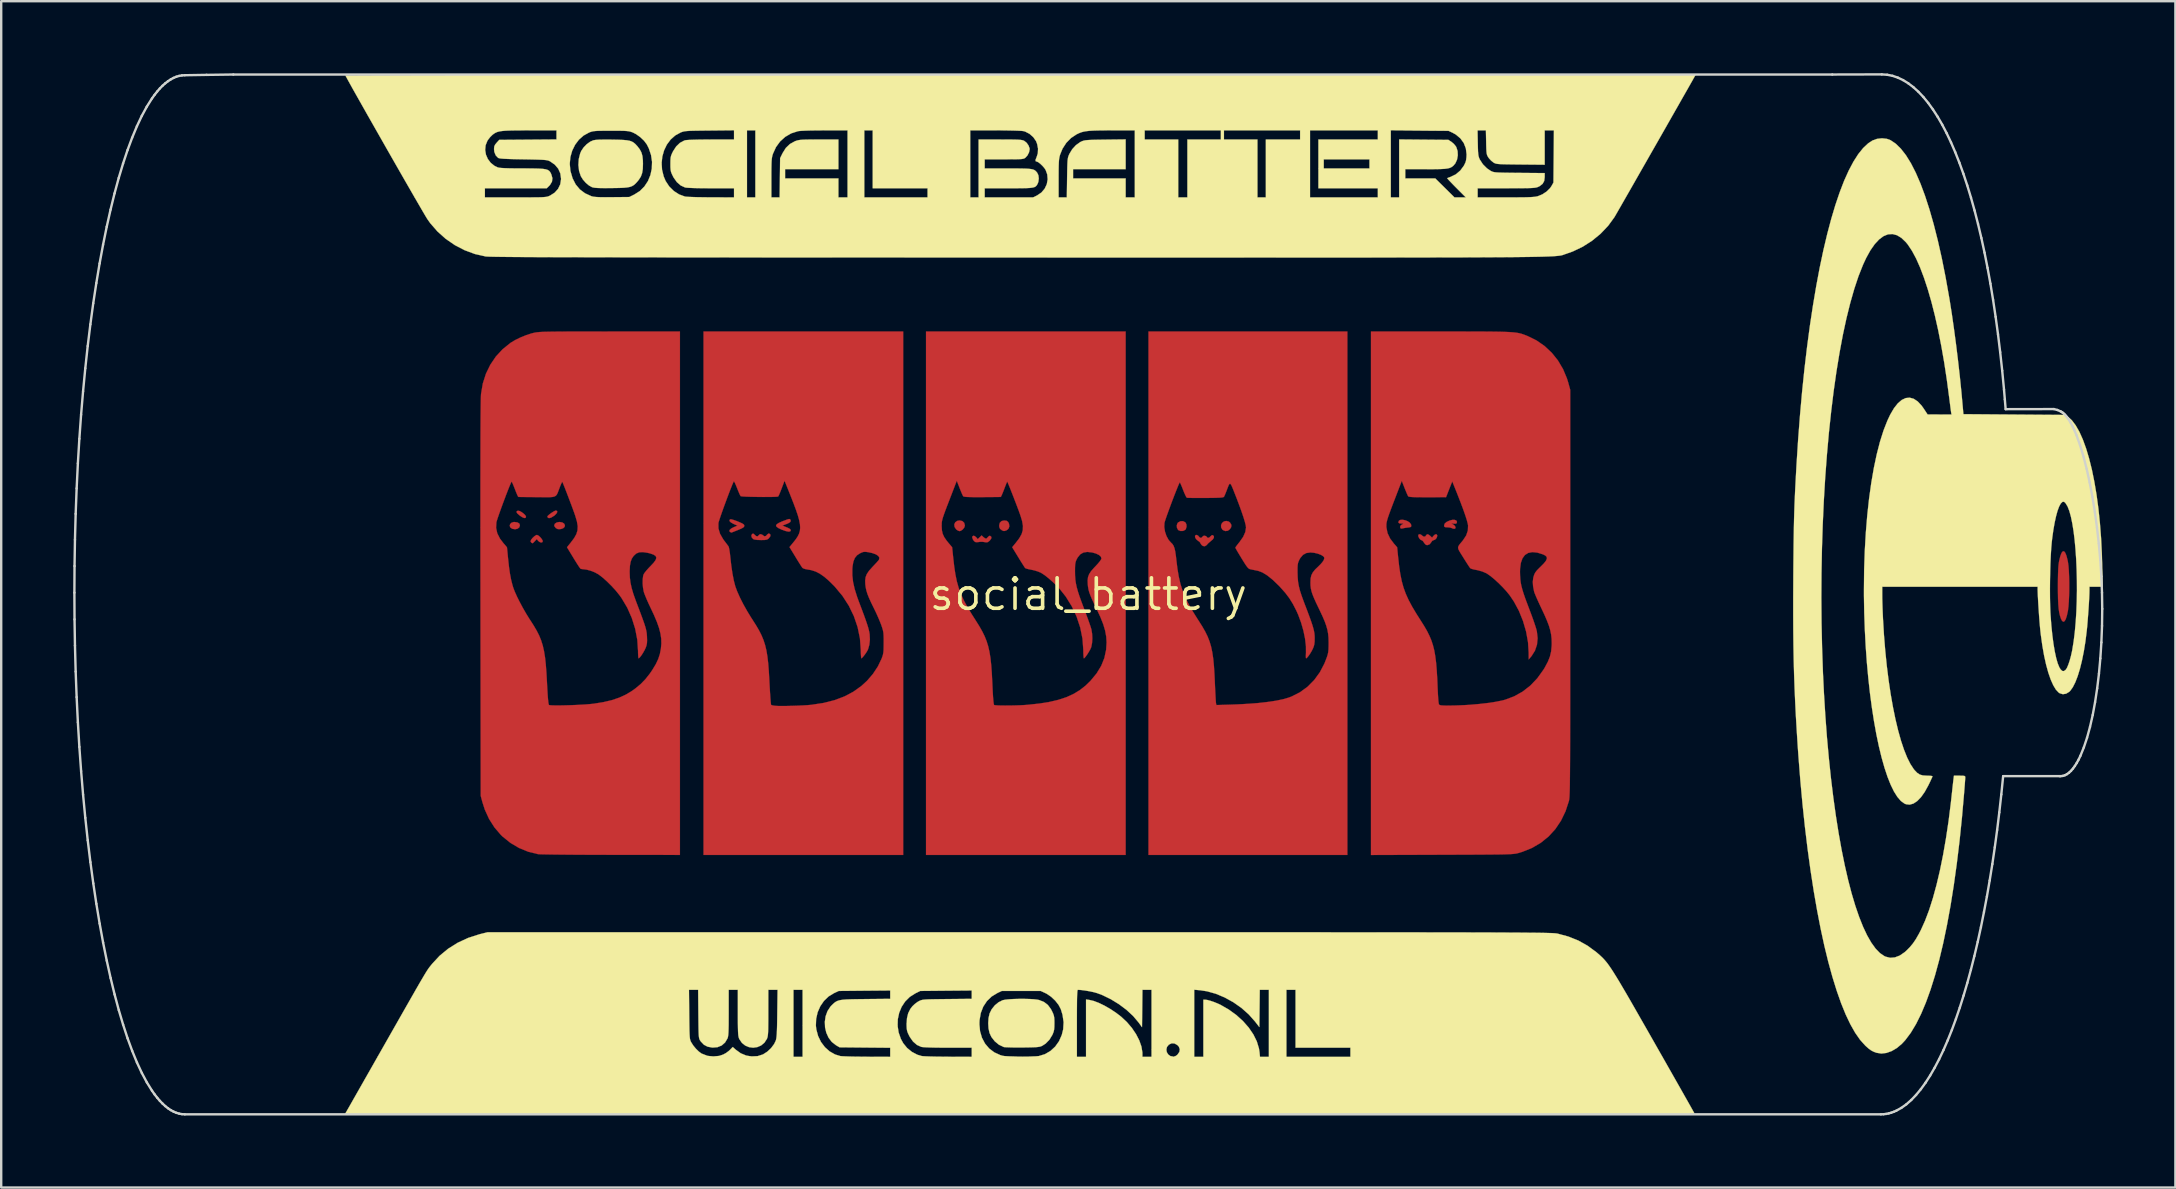
<source format=kicad_pcb>
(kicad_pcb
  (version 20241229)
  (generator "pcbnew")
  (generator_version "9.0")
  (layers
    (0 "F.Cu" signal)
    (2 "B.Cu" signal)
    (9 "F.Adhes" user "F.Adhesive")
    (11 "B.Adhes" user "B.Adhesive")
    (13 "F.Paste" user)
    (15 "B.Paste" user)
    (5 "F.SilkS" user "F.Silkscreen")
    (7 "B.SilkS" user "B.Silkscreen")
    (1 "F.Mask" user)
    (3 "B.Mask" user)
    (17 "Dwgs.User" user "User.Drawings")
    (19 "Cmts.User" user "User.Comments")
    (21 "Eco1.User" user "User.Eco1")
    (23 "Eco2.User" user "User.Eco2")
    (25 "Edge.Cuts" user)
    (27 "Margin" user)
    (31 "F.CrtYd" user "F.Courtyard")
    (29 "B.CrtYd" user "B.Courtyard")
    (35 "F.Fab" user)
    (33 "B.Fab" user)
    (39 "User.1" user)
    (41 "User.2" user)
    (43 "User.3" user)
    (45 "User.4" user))
  (footprint "social_battery"
    (layer "F.Cu")
    (at 42.302 21.718)
    (property "Reference" "social_battery" (at 0 0 0) (layer "F.SilkS") (effects (font (size 1.27 1.27) (thickness 0.15))))
    (attr through_hole)
    (fp_poly (pts (xy -23.791 -2.999) (xy -23.711 -2.951) (xy -23.686 -2.876) (xy -23.713 -2.792) (xy -23.785 -2.735) (xy -23.887 -2.713) (xy -24.002 -2.732) (xy -24.008 -2.734) (xy -24.084 -2.786) (xy -24.111 -2.856) (xy -24.094 -2.928) (xy -24.036 -2.986) (xy -23.943 -3.015) (xy -23.92 -3.016) (xy -23.791 -2.999)) (stroke (width 0.01) (type solid)) (fill yes) (layer "F.Cu"))
    (fp_poly (pts (xy -23.697 -3.472) (xy -23.612 -3.426) (xy -23.527 -3.362) (xy -23.46 -3.295) (xy -23.432 -3.238) (xy -23.431 -3.236) (xy -23.452 -3.185) (xy -23.51 -3.181) (xy -23.603 -3.223) (xy -23.699 -3.289) (xy -23.794 -3.373) (xy -23.831 -3.434) (xy -23.808 -3.472) (xy -23.762 -3.486) (xy -23.697 -3.472)) (stroke (width 0.01) (type solid)) (fill yes) (layer "F.Cu"))
    (fp_poly (pts (xy 5.856 -3.033) (xy 5.91 -2.986) (xy 5.962 -2.894) (xy 5.955 -2.804) (xy 5.903 -2.719) (xy 5.815 -2.651) (xy 5.711 -2.637) (xy 5.612 -2.678) (xy 5.588 -2.699) (xy 5.534 -2.79) (xy 5.532 -2.888) (xy 5.574 -2.976) (xy 5.653 -3.039) (xy 5.747 -3.059) (xy 5.856 -3.033)) (stroke (width 0.01) (type solid)) (fill yes) (layer "F.Cu"))
    (fp_poly (pts (xy -21.92 -2.997) (xy -21.844 -2.948) (xy -21.811 -2.882) (xy -21.823 -2.813) (xy -21.884 -2.755) (xy -21.971 -2.723) (xy -22.059 -2.717) (xy -22.114 -2.722) (xy -22.19 -2.762) (xy -22.244 -2.83) (xy -22.257 -2.877) (xy -22.228 -2.945) (xy -22.152 -2.995) (xy -22.046 -3.016) (xy -22.035 -3.016) (xy -21.92 -2.997)) (stroke (width 0.01) (type solid)) (fill yes) (layer "F.Cu"))
    (fp_poly (pts (xy -22.137 -3.474) (xy -22.132 -3.427) (xy -22.169 -3.361) (xy -22.245 -3.287) (xy -22.263 -3.273) (xy -22.385 -3.198) (xy -22.474 -3.176) (xy -22.521 -3.196) (xy -22.542 -3.24) (xy -22.543 -3.242) (xy -22.518 -3.279) (xy -22.455 -3.334) (xy -22.372 -3.395) (xy -22.287 -3.45) (xy -22.217 -3.485) (xy -22.189 -3.493) (xy -22.137 -3.474)) (stroke (width 0.01) (type solid)) (fill yes) (layer "F.Cu"))
    (fp_poly (pts (xy -5.249 -3.054) (xy -5.173 -2.983) (xy -5.144 -2.872) (xy -5.144 -2.865) (xy -5.169 -2.784) (xy -5.232 -2.705) (xy -5.312 -2.649) (xy -5.366 -2.635) (xy -5.433 -2.657) (xy -5.506 -2.709) (xy -5.51 -2.713) (xy -5.575 -2.813) (xy -5.585 -2.914) (xy -5.547 -3.001) (xy -5.465 -3.061) (xy -5.366 -3.08) (xy -5.249 -3.054)) (stroke (width 0.01) (type solid)) (fill yes) (layer "F.Cu"))
    (fp_poly (pts (xy 4.039 -3.004) (xy 4.046 -2.998) (xy 4.087 -2.919) (xy 4.093 -2.817) (xy 4.065 -2.723) (xy 4.038 -2.688) (xy 3.951 -2.644) (xy 3.847 -2.64) (xy 3.757 -2.674) (xy 3.736 -2.693) (xy 3.693 -2.779) (xy 3.687 -2.88) (xy 3.718 -2.969) (xy 3.739 -2.993) (xy 3.838 -3.047) (xy 3.946 -3.051) (xy 4.039 -3.004)) (stroke (width 0.01) (type solid)) (fill yes) (layer "F.Cu"))
    (fp_poly (pts (xy -3.404 -3.066) (xy -3.341 -3.017) (xy -3.305 -2.944) (xy -3.29 -2.832) (xy -3.327 -2.735) (xy -3.407 -2.669) (xy -3.415 -2.666) (xy -3.49 -2.641) (xy -3.54 -2.642) (xy -3.598 -2.67) (xy -3.604 -2.673) (xy -3.677 -2.729) (xy -3.709 -2.802) (xy -3.714 -2.876) (xy -3.688 -2.984) (xy -3.614 -3.055) (xy -3.506 -3.079) (xy -3.404 -3.066)) (stroke (width 0.01) (type solid)) (fill yes) (layer "F.Cu"))
    (fp_poly (pts (xy -22.919 -2.452) (xy -22.848 -2.392) (xy -22.783 -2.316) (xy -22.741 -2.244) (xy -22.734 -2.215) (xy -22.755 -2.17) (xy -22.809 -2.161) (xy -22.875 -2.187) (xy -22.925 -2.23) (xy -22.984 -2.302) (xy -23.066 -2.215) (xy -23.12 -2.159) (xy -23.152 -2.131) (xy -23.155 -2.13) (xy -23.186 -2.142) (xy -23.201 -2.148) (xy -23.236 -2.19) (xy -23.241 -2.219) (xy -23.217 -2.278) (xy -23.158 -2.351) (xy -23.083 -2.421) (xy -23.011 -2.467) (xy -22.977 -2.477) (xy -22.919 -2.452)) (stroke (width 0.01) (type solid)) (fill yes) (layer "F.Cu"))
    (fp_poly (pts (xy -12.439 -3.137) (xy -12.415 -3.113) (xy -12.399 -3.057) (xy -12.43 -3.007) (xy -12.514 -2.957) (xy -12.583 -2.929) (xy -12.748 -2.866) (xy -12.621 -2.814) (xy -12.503 -2.764) (xy -12.435 -2.726) (xy -12.404 -2.691) (xy -12.398 -2.664) (xy -12.425 -2.623) (xy -12.499 -2.615) (xy -12.616 -2.64) (xy -12.77 -2.695) (xy -12.787 -2.702) (xy -12.914 -2.762) (xy -12.99 -2.816) (xy -13.014 -2.868) (xy -12.984 -2.92) (xy -12.898 -2.977) (xy -12.754 -3.042) (xy -12.563 -3.114) (xy -12.482 -3.139) (xy -12.439 -3.137)) (stroke (width 0.01) (type solid)) (fill yes) (layer "F.Cu"))
    (fp_poly (pts (xy 13.205 -3.088) (xy 13.305 -3.049) (xy 13.39 -2.993) (xy 13.444 -2.925) (xy 13.456 -2.884) (xy 13.457 -2.833) (xy 13.433 -2.806) (xy 13.371 -2.792) (xy 13.313 -2.785) (xy 13.206 -2.771) (xy 13.115 -2.754) (xy 13.089 -2.747) (xy 13.026 -2.742) (xy 12.999 -2.773) (xy 12.999 -2.847) (xy 13.059 -2.906) (xy 13.092 -2.921) (xy 13.127 -2.939) (xy 13.109 -2.948) (xy 13.041 -2.951) (xy 12.961 -2.959) (xy 12.927 -2.985) (xy 12.922 -3.013) (xy 12.947 -3.073) (xy 13.012 -3.104) (xy 13.102 -3.108) (xy 13.205 -3.088)) (stroke (width 0.01) (type solid)) (fill yes) (layer "F.Cu"))
    (fp_poly (pts (xy 15.335 -3.077) (xy 15.362 -3.022) (xy 15.361 -3.006) (xy 15.344 -2.959) (xy 15.297 -2.944) (xy 15.24 -2.945) (xy 15.129 -2.954) (xy 15.216 -2.905) (xy 15.276 -2.853) (xy 15.303 -2.795) (xy 15.292 -2.748) (xy 15.248 -2.731) (xy 15.172 -2.748) (xy 15.145 -2.762) (xy 15.084 -2.782) (xy 14.992 -2.793) (xy 14.962 -2.794) (xy 14.877 -2.798) (xy 14.838 -2.816) (xy 14.827 -2.859) (xy 14.827 -2.874) (xy 14.852 -2.95) (xy 14.93 -3.017) (xy 15.051 -3.074) (xy 15.167 -3.104) (xy 15.265 -3.104) (xy 15.335 -3.077)) (stroke (width 0.01) (type solid)) (fill yes) (layer "F.Cu"))
    (fp_poly (pts (xy -14.868 -3.124) (xy -14.78 -3.1) (xy -14.664 -3.059) (xy -14.605 -3.036) (xy -14.473 -2.98) (xy -14.392 -2.938) (xy -14.349 -2.902) (xy -14.335 -2.865) (xy -14.335 -2.857) (xy -14.345 -2.82) (xy -14.381 -2.784) (xy -14.455 -2.743) (xy -14.576 -2.691) (xy -14.603 -2.68) (xy -14.721 -2.633) (xy -14.813 -2.597) (xy -14.865 -2.577) (xy -14.873 -2.574) (xy -14.899 -2.586) (xy -14.915 -2.593) (xy -14.958 -2.631) (xy -14.947 -2.683) (xy -14.885 -2.741) (xy -14.788 -2.793) (xy -14.621 -2.863) (xy -14.788 -2.938) (xy -14.892 -2.996) (xy -14.948 -3.052) (xy -14.952 -3.1) (xy -14.914 -3.129) (xy -14.868 -3.124)) (stroke (width 0.01) (type solid)) (fill yes) (layer "F.Cu"))
    (fp_poly (pts (xy -4.372 -2.387) (xy -4.297 -2.33) (xy -4.242 -2.327) (xy -4.191 -2.377) (xy -4.185 -2.387) (xy -4.128 -2.437) (xy -4.086 -2.435) (xy -4.038 -2.392) (xy -4.046 -2.325) (xy -4.106 -2.241) (xy -4.114 -2.234) (xy -4.184 -2.178) (xy -4.255 -2.167) (xy -4.296 -2.173) (xy -4.409 -2.191) (xy -4.5 -2.191) (xy -4.572 -2.18) (xy -4.656 -2.174) (xy -4.707 -2.18) (xy -4.763 -2.22) (xy -4.811 -2.292) (xy -4.837 -2.369) (xy -4.835 -2.405) (xy -4.796 -2.442) (xy -4.736 -2.431) (xy -4.67 -2.377) (xy -4.667 -2.373) (xy -4.609 -2.302) (xy -4.527 -2.379) (xy -4.445 -2.456) (xy -4.372 -2.387)) (stroke (width 0.01) (type solid)) (fill yes) (layer "F.Cu"))
    (fp_poly (pts (xy -13.926 -2.507) (xy -13.906 -2.483) (xy -13.838 -2.426) (xy -13.777 -2.418) (xy -13.736 -2.461) (xy -13.693 -2.501) (xy -13.657 -2.508) (xy -13.586 -2.485) (xy -13.557 -2.461) (xy -13.494 -2.417) (xy -13.432 -2.436) (xy -13.392 -2.482) (xy -13.335 -2.532) (xy -13.293 -2.531) (xy -13.246 -2.487) (xy -13.252 -2.42) (xy -13.311 -2.339) (xy -13.314 -2.336) (xy -13.358 -2.299) (xy -13.411 -2.277) (xy -13.489 -2.266) (xy -13.61 -2.263) (xy -13.646 -2.263) (xy -13.806 -2.269) (xy -13.918 -2.286) (xy -13.965 -2.305) (xy -14.026 -2.373) (xy -14.043 -2.449) (xy -14.013 -2.512) (xy -14.011 -2.514) (xy -13.968 -2.534) (xy -13.926 -2.507)) (stroke (width 0.01) (type solid)) (fill yes) (layer "F.Cu"))
    (fp_poly (pts (xy 4.571 -2.451) (xy 4.604 -2.413) (xy 4.654 -2.36) (xy 4.711 -2.355) (xy 4.751 -2.397) (xy 4.794 -2.435) (xy 4.842 -2.445) (xy 4.906 -2.426) (xy 4.933 -2.397) (xy 4.974 -2.354) (xy 5.033 -2.362) (xy 5.092 -2.417) (xy 5.148 -2.465) (xy 5.189 -2.466) (xy 5.233 -2.423) (xy 5.231 -2.357) (xy 5.187 -2.289) (xy 5.156 -2.264) (xy 4.99 -2.121) (xy 4.928 -2.05) (xy 4.857 -2.005) (xy 4.775 -2.016) (xy 4.72 -2.058) (xy 4.679 -2.114) (xy 4.666 -2.146) (xy 4.641 -2.18) (xy 4.58 -2.228) (xy 4.563 -2.239) (xy 4.493 -2.3) (xy 4.453 -2.37) (xy 4.446 -2.432) (xy 4.475 -2.471) (xy 4.505 -2.477) (xy 4.571 -2.451)) (stroke (width 0.01) (type solid)) (fill yes) (layer "F.Cu"))
    (fp_poly (pts (xy 13.886 -2.473) (xy 13.914 -2.445) (xy 13.98 -2.403) (xy 14.043 -2.415) (xy 14.078 -2.463) (xy 14.118 -2.504) (xy 14.182 -2.488) (xy 14.248 -2.437) (xy 14.325 -2.365) (xy 14.383 -2.437) (xy 14.449 -2.495) (xy 14.505 -2.505) (xy 14.538 -2.466) (xy 14.541 -2.434) (xy 14.516 -2.352) (xy 14.456 -2.284) (xy 14.381 -2.254) (xy 14.377 -2.254) (xy 14.33 -2.228) (xy 14.294 -2.177) (xy 14.228 -2.091) (xy 14.14 -2.053) (xy 14.089 -2.056) (xy 14.036 -2.091) (xy 13.986 -2.159) (xy 13.985 -2.161) (xy 13.939 -2.225) (xy 13.894 -2.254) (xy 13.892 -2.254) (xy 13.838 -2.281) (xy 13.785 -2.344) (xy 13.752 -2.42) (xy 13.748 -2.452) (xy 13.769 -2.498) (xy 13.822 -2.505) (xy 13.886 -2.473)) (stroke (width 0.01) (type solid)) (fill yes) (layer "F.Cu"))
    (fp_poly (pts (xy 40.712 -1.732) (xy 40.762 -1.608) (xy 40.809 -1.421) (xy 40.822 -1.355) (xy 40.844 -1.198) (xy 40.86 -0.992) (xy 40.871 -0.751) (xy 40.876 -0.487) (xy 40.876 -0.215) (xy 40.871 0.052) (xy 40.86 0.3) (xy 40.844 0.514) (xy 40.823 0.682) (xy 40.82 0.698) (xy 40.776 0.898) (xy 40.729 1.04) (xy 40.679 1.121) (xy 40.628 1.142) (xy 40.577 1.102) (xy 40.533 1.016) (xy 40.493 0.899) (xy 40.461 0.766) (xy 40.437 0.609) (xy 40.421 0.418) (xy 40.41 0.188) (xy 40.405 -0.092) (xy 40.404 -0.365) (xy 40.406 -0.646) (xy 40.411 -0.872) (xy 40.418 -1.053) (xy 40.428 -1.199) (xy 40.443 -1.318) (xy 40.459 -1.41) (xy 40.507 -1.6) (xy 40.557 -1.728) (xy 40.609 -1.792) (xy 40.661 -1.794) (xy 40.712 -1.732)) (stroke (width 0.01) (type solid)) (fill yes) (layer "F.Cu"))
    (fp_poly (pts (xy 1.556 10.858) (xy -6.763 10.858) (xy -6.763 -2.842) (xy -6.111 -2.842) (xy -6.101 -2.67) (xy -6.069 -2.525) (xy -6.006 -2.387) (xy -5.905 -2.24) (xy -5.818 -2.133) (xy -5.675 -1.964) (xy -5.632 -1.546) (xy -5.589 -1.169) (xy -5.54 -0.84) (xy -5.48 -0.546) (xy -5.404 -0.276) (xy -5.309 -0.016) (xy -5.19 0.245) (xy -5.043 0.52) (xy -4.862 0.821) (xy -4.693 1.087) (xy -4.547 1.319) (xy -4.425 1.534) (xy -4.323 1.739) (xy -4.24 1.945) (xy -4.173 2.16) (xy -4.12 2.392) (xy -4.078 2.652) (xy -4.046 2.947) (xy -4.021 3.286) (xy -4.001 3.678) (xy -3.998 3.747) (xy -3.984 4.043) (xy -3.97 4.278) (xy -3.955 4.451) (xy -3.941 4.562) (xy -3.927 4.61) (xy -3.925 4.611) (xy -3.878 4.621) (xy -3.778 4.628) (xy -3.636 4.633) (xy -3.463 4.634) (xy -3.271 4.633) (xy -3.07 4.629) (xy -2.871 4.623) (xy -2.685 4.614) (xy -2.524 4.602) (xy -2.045 4.551) (xy -1.622 4.483) (xy -1.248 4.395) (xy -0.916 4.286) (xy -0.62 4.152) (xy -0.354 3.991) (xy -0.112 3.801) (xy 0.092 3.602) (xy 0.345 3.295) (xy 0.537 2.98) (xy 0.669 2.652) (xy 0.743 2.306) (xy 0.762 2.002) (xy 0.747 1.763) (xy 0.702 1.514) (xy 0.622 1.246) (xy 0.505 0.949) (xy 0.352 0.62) (xy 0.238 0.385) (xy 0.151 0.196) (xy 0.086 0.043) (xy 0.039 -0.087) (xy 0.008 -0.201) (xy -0.011 -0.312) (xy -0.022 -0.413) (xy -0.028 -0.581) (xy -0.012 -0.719) (xy 0.034 -0.842) (xy 0.116 -0.968) (xy 0.241 -1.11) (xy 0.288 -1.159) (xy 0.399 -1.279) (xy 0.484 -1.382) (xy 0.535 -1.46) (xy 0.547 -1.491) (xy 0.525 -1.569) (xy 0.447 -1.64) (xy 0.318 -1.702) (xy 0.162 -1.746) (xy -0.04 -1.769) (xy -0.205 -1.743) (xy -0.338 -1.666) (xy -0.445 -1.534) (xy -0.481 -1.468) (xy -0.515 -1.393) (xy -0.536 -1.318) (xy -0.549 -1.228) (xy -0.554 -1.104) (xy -0.555 -0.953) (xy -0.552 -0.781) (xy -0.541 -0.622) (xy -0.519 -0.467) (xy -0.485 -0.304) (xy -0.435 -0.124) (xy -0.367 0.084) (xy -0.278 0.33) (xy -0.175 0.603) (xy -0.097 0.81) (xy -0.024 1.008) (xy 0.039 1.185) (xy 0.089 1.331) (xy 0.121 1.433) (xy 0.129 1.46) (xy 0.158 1.64) (xy 0.167 1.836) (xy 0.156 2.026) (xy 0.125 2.186) (xy 0.115 2.218) (xy 0.076 2.302) (xy 0.019 2.402) (xy -0.046 2.504) (xy -0.109 2.592) (xy -0.16 2.651) (xy -0.185 2.667) (xy -0.194 2.637) (xy -0.201 2.557) (xy -0.207 2.438) (xy -0.209 2.31) (xy -0.243 1.845) (xy -0.337 1.382) (xy -0.487 0.93) (xy -0.689 0.497) (xy -0.94 0.092) (xy -1.176 -0.206) (xy -1.326 -0.367) (xy -1.491 -0.526) (xy -1.659 -0.673) (xy -1.816 -0.797) (xy -1.95 -0.886) (xy -1.99 -0.908) (xy -2.112 -0.957) (xy -2.26 -1.002) (xy -2.378 -1.027) (xy -2.493 -1.05) (xy -2.583 -1.074) (xy -2.63 -1.095) (xy -2.631 -1.096) (xy -2.658 -1.133) (xy -2.71 -1.214) (xy -2.783 -1.329) (xy -2.869 -1.467) (xy -2.917 -1.546) (xy -3.173 -1.965) (xy -3.02 -2.149) (xy -2.876 -2.339) (xy -2.78 -2.509) (xy -2.731 -2.676) (xy -2.724 -2.854) (xy -2.759 -3.056) (xy -2.823 -3.27) (xy -2.861 -3.378) (xy -2.912 -3.518) (xy -2.974 -3.683) (xy -3.042 -3.861) (xy -3.112 -4.044) (xy -3.182 -4.222) (xy -3.246 -4.385) (xy -3.302 -4.523) (xy -3.346 -4.627) (xy -3.373 -4.688) (xy -3.38 -4.699) (xy -3.394 -4.671) (xy -3.425 -4.596) (xy -3.469 -4.486) (xy -3.508 -4.381) (xy -3.559 -4.251) (xy -3.603 -4.146) (xy -3.634 -4.079) (xy -3.647 -4.06) (xy -3.683 -4.059) (xy -3.774 -4.057) (xy -3.91 -4.056) (xy -4.082 -4.054) (xy -4.282 -4.053) (xy -4.423 -4.052) (xy -4.68 -4.051) (xy -4.879 -4.053) (xy -5.026 -4.057) (xy -5.127 -4.064) (xy -5.187 -4.074) (xy -5.212 -4.086) (xy -5.237 -4.131) (xy -5.278 -4.221) (xy -5.328 -4.341) (xy -5.363 -4.43) (xy -5.481 -4.734) (xy -5.796 -3.915) (xy -5.89 -3.672) (xy -5.963 -3.479) (xy -6.017 -3.329) (xy -6.057 -3.212) (xy -6.083 -3.119) (xy -6.1 -3.043) (xy -6.108 -2.974) (xy -6.111 -2.904) (xy -6.111 -2.842) (xy -6.763 -2.842) (xy -6.763 -10.954) (xy 1.556 -10.954) (xy 1.556 10.858)) (stroke (width 0.01) (type solid)) (fill yes) (layer "F.Cu"))
    (fp_poly (pts (xy -7.715 10.858) (xy -16.034 10.858) (xy -16.034 -2.964) (xy -15.416 -2.964) (xy -15.413 -2.746) (xy -15.347 -2.524) (xy -15.218 -2.299) (xy -15.185 -2.253) (xy -15.107 -2.151) (xy -15.042 -2.064) (xy -14.999 -2.008) (xy -14.996 -2.003) (xy -14.977 -1.952) (xy -14.957 -1.853) (xy -14.937 -1.721) (xy -14.924 -1.603) (xy -14.88 -1.211) (xy -14.829 -0.864) (xy -14.772 -0.57) (xy -14.71 -0.333) (xy -14.63 -0.118) (xy -14.518 0.133) (xy -14.379 0.408) (xy -14.219 0.693) (xy -14.047 0.976) (xy -13.996 1.053) (xy -13.848 1.286) (xy -13.723 1.499) (xy -13.62 1.702) (xy -13.536 1.903) (xy -13.469 2.111) (xy -13.415 2.336) (xy -13.373 2.587) (xy -13.34 2.873) (xy -13.314 3.202) (xy -13.292 3.585) (xy -13.289 3.648) (xy -13.276 3.886) (xy -13.263 4.103) (xy -13.251 4.291) (xy -13.239 4.442) (xy -13.228 4.549) (xy -13.22 4.602) (xy -13.218 4.607) (xy -13.173 4.624) (xy -13.089 4.64) (xy -13.033 4.646) (xy -12.921 4.651) (xy -12.76 4.653) (xy -12.564 4.651) (xy -12.348 4.646) (xy -12.125 4.639) (xy -11.911 4.629) (xy -11.719 4.618) (xy -11.563 4.605) (xy -11.537 4.602) (xy -11.032 4.525) (xy -10.575 4.409) (xy -10.163 4.254) (xy -9.791 4.057) (xy -9.455 3.816) (xy -9.22 3.601) (xy -8.976 3.317) (xy -8.769 3.003) (xy -8.615 2.682) (xy -8.58 2.587) (xy -8.556 2.504) (xy -8.54 2.415) (xy -8.531 2.307) (xy -8.528 2.162) (xy -8.527 2.016) (xy -8.527 1.835) (xy -8.531 1.699) (xy -8.54 1.593) (xy -8.558 1.499) (xy -8.586 1.4) (xy -8.627 1.28) (xy -8.681 1.14) (xy -8.755 0.964) (xy -8.84 0.775) (xy -8.928 0.592) (xy -8.941 0.566) (xy -9.055 0.333) (xy -9.141 0.143) (xy -9.204 -0.016) (xy -9.247 -0.154) (xy -9.275 -0.285) (xy -9.291 -0.4) (xy -9.299 -0.571) (xy -9.281 -0.715) (xy -9.23 -0.846) (xy -9.139 -0.981) (xy -9.003 -1.134) (xy -8.988 -1.15) (xy -8.888 -1.256) (xy -8.802 -1.349) (xy -8.743 -1.418) (xy -8.722 -1.446) (xy -8.707 -1.526) (xy -8.752 -1.601) (xy -8.852 -1.667) (xy -9.006 -1.722) (xy -9.16 -1.756) (xy -9.274 -1.772) (xy -9.355 -1.772) (xy -9.429 -1.75) (xy -9.512 -1.712) (xy -9.638 -1.629) (xy -9.729 -1.516) (xy -9.79 -1.366) (xy -9.825 -1.169) (xy -9.834 -1.056) (xy -9.834 -0.791) (xy -9.803 -0.518) (xy -9.738 -0.226) (xy -9.637 0.097) (xy -9.569 0.284) (xy -9.453 0.59) (xy -9.358 0.844) (xy -9.283 1.053) (xy -9.224 1.224) (xy -9.18 1.363) (xy -9.149 1.477) (xy -9.127 1.574) (xy -9.113 1.659) (xy -9.113 1.663) (xy -9.102 1.886) (xy -9.125 2.101) (xy -9.177 2.286) (xy -9.199 2.333) (xy -9.246 2.413) (xy -9.308 2.503) (xy -9.372 2.585) (xy -9.426 2.645) (xy -9.457 2.667) (xy -9.466 2.637) (xy -9.473 2.557) (xy -9.479 2.438) (xy -9.482 2.31) (xy -9.517 1.834) (xy -9.614 1.365) (xy -9.769 0.909) (xy -9.98 0.473) (xy -10.245 0.063) (xy -10.56 -0.316) (xy -10.586 -0.343) (xy -10.808 -0.564) (xy -11.006 -0.735) (xy -11.19 -0.863) (xy -11.368 -0.953) (xy -11.548 -1.01) (xy -11.698 -1.036) (xy -11.809 -1.057) (xy -11.891 -1.089) (xy -11.916 -1.108) (xy -11.947 -1.152) (xy -12.004 -1.24) (xy -12.08 -1.36) (xy -12.167 -1.501) (xy -12.205 -1.565) (xy -12.452 -1.97) (xy -12.29 -2.168) (xy -12.191 -2.293) (xy -12.113 -2.41) (xy -12.056 -2.524) (xy -12.02 -2.643) (xy -12.007 -2.772) (xy -12.016 -2.918) (xy -12.048 -3.088) (xy -12.103 -3.288) (xy -12.183 -3.525) (xy -12.288 -3.806) (xy -12.417 -4.135) (xy -12.457 -4.235) (xy -12.658 -4.737) (xy -12.779 -4.415) (xy -12.83 -4.283) (xy -12.876 -4.174) (xy -12.91 -4.101) (xy -12.926 -4.078) (xy -12.97 -4.07) (xy -13.065 -4.064) (xy -13.201 -4.06) (xy -13.368 -4.059) (xy -13.554 -4.058) (xy -13.748 -4.06) (xy -13.94 -4.063) (xy -14.119 -4.067) (xy -14.274 -4.072) (xy -14.394 -4.079) (xy -14.469 -4.087) (xy -14.488 -4.093) (xy -14.513 -4.135) (xy -14.553 -4.224) (xy -14.603 -4.343) (xy -14.638 -4.433) (xy -14.688 -4.556) (xy -14.73 -4.65) (xy -14.761 -4.703) (xy -14.773 -4.71) (xy -14.802 -4.651) (xy -14.847 -4.543) (xy -14.906 -4.396) (xy -14.974 -4.219) (xy -15.048 -4.023) (xy -15.124 -3.818) (xy -15.199 -3.614) (xy -15.268 -3.42) (xy -15.328 -3.248) (xy -15.375 -3.107) (xy -15.406 -3.007) (xy -15.416 -2.964) (xy -16.034 -2.964) (xy -16.034 -10.954) (xy -7.715 -10.954) (xy -7.715 10.858)) (stroke (width 0.01) (type solid)) (fill yes) (layer "F.Cu"))
    (fp_poly (pts (xy 10.795 10.858) (xy 2.508 10.858) (xy 2.508 -2.804) (xy 3.165 -2.804) (xy 3.195 -2.616) (xy 3.257 -2.432) (xy 3.344 -2.272) (xy 3.44 -2.163) (xy 3.504 -2.1) (xy 3.554 -2.022) (xy 3.592 -1.92) (xy 3.623 -1.783) (xy 3.65 -1.6) (xy 3.667 -1.45) (xy 3.713 -1.072) (xy 3.769 -0.738) (xy 3.839 -0.435) (xy 3.928 -0.15) (xy 4.042 0.128) (xy 4.184 0.414) (xy 4.359 0.72) (xy 4.571 1.058) (xy 4.596 1.095) (xy 4.745 1.331) (xy 4.869 1.548) (xy 4.971 1.756) (xy 5.053 1.965) (xy 5.118 2.184) (xy 5.168 2.423) (xy 5.207 2.691) (xy 5.236 2.997) (xy 5.258 3.352) (xy 5.27 3.604) (xy 5.28 3.834) (xy 5.29 4.047) (xy 5.3 4.233) (xy 5.308 4.383) (xy 5.316 4.488) (xy 5.321 4.537) (xy 5.338 4.613) (xy 5.979 4.594) (xy 6.22 4.585) (xy 6.483 4.571) (xy 6.744 4.555) (xy 6.981 4.537) (xy 7.128 4.524) (xy 7.514 4.479) (xy 7.843 4.428) (xy 8.122 4.369) (xy 8.355 4.301) (xy 8.471 4.257) (xy 8.822 4.079) (xy 9.136 3.85) (xy 9.412 3.571) (xy 9.648 3.247) (xy 9.841 2.878) (xy 9.941 2.619) (xy 9.975 2.512) (xy 9.997 2.411) (xy 10.009 2.299) (xy 10.014 2.158) (xy 10.015 2) (xy 10.01 1.812) (xy 9.994 1.643) (xy 9.965 1.48) (xy 9.918 1.313) (xy 9.852 1.128) (xy 9.761 0.916) (xy 9.643 0.664) (xy 9.606 0.587) (xy 9.493 0.353) (xy 9.408 0.163) (xy 9.345 0.008) (xy 9.302 -0.123) (xy 9.275 -0.242) (xy 9.261 -0.358) (xy 9.257 -0.482) (xy 9.257 -0.492) (xy 9.264 -0.659) (xy 9.294 -0.794) (xy 9.355 -0.915) (xy 9.455 -1.038) (xy 9.588 -1.165) (xy 9.682 -1.259) (xy 9.761 -1.352) (xy 9.809 -1.425) (xy 9.811 -1.43) (xy 9.835 -1.503) (xy 9.824 -1.55) (xy 9.792 -1.586) (xy 9.699 -1.645) (xy 9.565 -1.696) (xy 9.411 -1.732) (xy 9.26 -1.746) (xy 9.254 -1.746) (xy 9.084 -1.722) (xy 8.946 -1.646) (xy 8.834 -1.515) (xy 8.795 -1.445) (xy 8.76 -1.368) (xy 8.737 -1.297) (xy 8.724 -1.213) (xy 8.718 -1.1) (xy 8.718 -0.942) (xy 8.718 -0.921) (xy 8.724 -0.716) (xy 8.74 -0.53) (xy 8.771 -0.35) (xy 8.818 -0.161) (xy 8.887 0.053) (xy 8.979 0.306) (xy 9.003 0.369) (xy 9.116 0.665) (xy 9.207 0.909) (xy 9.28 1.11) (xy 9.335 1.274) (xy 9.375 1.409) (xy 9.403 1.523) (xy 9.421 1.623) (xy 9.43 1.716) (xy 9.433 1.81) (xy 9.433 1.823) (xy 9.43 1.977) (xy 9.416 2.091) (xy 9.388 2.191) (xy 9.355 2.269) (xy 9.299 2.378) (xy 9.233 2.486) (xy 9.166 2.58) (xy 9.11 2.645) (xy 9.075 2.667) (xy 9.067 2.638) (xy 9.065 2.561) (xy 9.069 2.453) (xy 9.07 2.437) (xy 9.069 2.162) (xy 9.033 1.851) (xy 8.965 1.519) (xy 8.868 1.18) (xy 8.746 0.85) (xy 8.666 0.671) (xy 8.526 0.4) (xy 8.377 0.16) (xy 8.204 -0.068) (xy 7.993 -0.305) (xy 7.94 -0.361) (xy 7.689 -0.603) (xy 7.461 -0.787) (xy 7.255 -0.913) (xy 7.071 -0.982) (xy 7.054 -0.985) (xy 6.931 -1.01) (xy 6.816 -1.033) (xy 6.764 -1.044) (xy 6.72 -1.056) (xy 6.679 -1.08) (xy 6.635 -1.124) (xy 6.58 -1.196) (xy 6.509 -1.304) (xy 6.414 -1.457) (xy 6.392 -1.493) (xy 6.302 -1.641) (xy 6.225 -1.769) (xy 6.168 -1.869) (xy 6.134 -1.931) (xy 6.128 -1.946) (xy 6.147 -1.98) (xy 6.197 -2.049) (xy 6.27 -2.142) (xy 6.301 -2.18) (xy 6.452 -2.394) (xy 6.542 -2.597) (xy 6.572 -2.784) (xy 6.56 -2.879) (xy 6.523 -3.027) (xy 6.463 -3.223) (xy 6.382 -3.461) (xy 6.282 -3.737) (xy 6.165 -4.046) (xy 6.133 -4.126) (xy 6.054 -4.327) (xy 5.995 -4.472) (xy 5.951 -4.565) (xy 5.916 -4.608) (xy 5.885 -4.604) (xy 5.854 -4.556) (xy 5.817 -4.467) (xy 5.769 -4.34) (xy 5.767 -4.334) (xy 5.722 -4.219) (xy 5.682 -4.125) (xy 5.656 -4.07) (xy 5.654 -4.067) (xy 5.634 -4.052) (xy 5.589 -4.041) (xy 5.513 -4.032) (xy 5.398 -4.026) (xy 5.238 -4.022) (xy 5.026 -4.019) (xy 4.884 -4.018) (xy 4.673 -4.018) (xy 4.481 -4.018) (xy 4.319 -4.019) (xy 4.197 -4.021) (xy 4.123 -4.024) (xy 4.107 -4.026) (xy 4.081 -4.058) (xy 4.04 -4.138) (xy 3.99 -4.251) (xy 3.95 -4.352) (xy 3.9 -4.481) (xy 3.856 -4.584) (xy 3.825 -4.65) (xy 3.813 -4.667) (xy 3.795 -4.639) (xy 3.759 -4.56) (xy 3.709 -4.439) (xy 3.648 -4.286) (xy 3.579 -4.11) (xy 3.506 -3.92) (xy 3.433 -3.724) (xy 3.362 -3.533) (xy 3.298 -3.355) (xy 3.243 -3.2) (xy 3.202 -3.076) (xy 3.177 -2.993) (xy 3.173 -2.975) (xy 3.165 -2.804) (xy 2.508 -2.804) (xy 2.508 -10.954) (xy 10.795 -10.954) (xy 10.795 10.858)) (stroke (width 0.01) (type solid)) (fill yes) (layer "F.Cu"))
    (fp_poly (pts (xy 15.668 -10.954) (xy 16.069 -10.953) (xy 16.418 -10.952) (xy 16.721 -10.95) (xy 16.982 -10.947) (xy 17.204 -10.943) (xy 17.393 -10.937) (xy 17.552 -10.93) (xy 17.686 -10.92) (xy 17.798 -10.909) (xy 17.893 -10.895) (xy 17.976 -10.878) (xy 18.05 -10.859) (xy 18.12 -10.836) (xy 18.189 -10.811) (xy 18.263 -10.782) (xy 18.309 -10.763) (xy 18.677 -10.582) (xy 19.013 -10.349) (xy 19.312 -10.069) (xy 19.57 -9.747) (xy 19.783 -9.387) (xy 19.947 -8.995) (xy 19.998 -8.829) (xy 20.082 -8.525) (xy 20.082 -0.064) (xy 20.082 0.806) (xy 20.082 1.614) (xy 20.082 2.363) (xy 20.081 3.056) (xy 20.081 3.694) (xy 20.081 4.28) (xy 20.08 4.816) (xy 20.08 5.305) (xy 20.079 5.749) (xy 20.078 6.15) (xy 20.077 6.51) (xy 20.076 6.832) (xy 20.074 7.118) (xy 20.072 7.371) (xy 20.07 7.591) (xy 20.068 7.783) (xy 20.066 7.948) (xy 20.063 8.089) (xy 20.06 8.207) (xy 20.056 8.305) (xy 20.053 8.385) (xy 20.049 8.45) (xy 20.044 8.502) (xy 20.04 8.543) (xy 20.035 8.576) (xy 20.029 8.603) (xy 20.027 8.612) (xy 19.886 9.041) (xy 19.697 9.432) (xy 19.462 9.782) (xy 19.181 10.089) (xy 18.859 10.35) (xy 18.496 10.564) (xy 18.094 10.727) (xy 17.955 10.77) (xy 17.911 10.782) (xy 17.869 10.793) (xy 17.823 10.802) (xy 17.771 10.81) (xy 17.708 10.817) (xy 17.629 10.823) (xy 17.531 10.828) (xy 17.41 10.832) (xy 17.261 10.836) (xy 17.08 10.839) (xy 16.863 10.841) (xy 16.606 10.843) (xy 16.305 10.845) (xy 15.956 10.847) (xy 15.555 10.848) (xy 15.097 10.85) (xy 14.74 10.851) (xy 11.779 10.861) (xy 11.779 -2.879) (xy 12.419 -2.879) (xy 12.421 -2.814) (xy 12.424 -2.778) (xy 12.47 -2.549) (xy 12.577 -2.325) (xy 12.734 -2.117) (xy 12.869 -1.963) (xy 12.911 -1.545) (xy 12.953 -1.17) (xy 13.002 -0.843) (xy 13.061 -0.551) (xy 13.136 -0.281) (xy 13.23 -0.023) (xy 13.348 0.237) (xy 13.495 0.512) (xy 13.674 0.812) (xy 13.853 1.093) (xy 13.993 1.315) (xy 14.112 1.52) (xy 14.211 1.717) (xy 14.294 1.913) (xy 14.361 2.116) (xy 14.416 2.334) (xy 14.459 2.576) (xy 14.493 2.849) (xy 14.519 3.161) (xy 14.541 3.52) (xy 14.558 3.935) (xy 14.559 3.953) (xy 14.568 4.14) (xy 14.578 4.308) (xy 14.589 4.445) (xy 14.601 4.54) (xy 14.61 4.58) (xy 14.629 4.603) (xy 14.666 4.619) (xy 14.73 4.629) (xy 14.833 4.634) (xy 14.986 4.635) (xy 15.043 4.635) (xy 15.24 4.633) (xy 15.471 4.625) (xy 15.705 4.614) (xy 15.891 4.603) (xy 16.296 4.568) (xy 16.661 4.526) (xy 16.98 4.477) (xy 17.246 4.423) (xy 17.366 4.392) (xy 17.747 4.249) (xy 18.101 4.051) (xy 18.424 3.798) (xy 18.714 3.493) (xy 18.968 3.138) (xy 19.027 3.04) (xy 19.152 2.804) (xy 19.237 2.59) (xy 19.287 2.378) (xy 19.309 2.147) (xy 19.312 2.048) (xy 19.307 1.859) (xy 19.288 1.681) (xy 19.252 1.502) (xy 19.196 1.311) (xy 19.115 1.099) (xy 19.009 0.852) (xy 18.892 0.603) (xy 18.804 0.417) (xy 18.724 0.242) (xy 18.657 0.09) (xy 18.607 -0.03) (xy 18.58 -0.105) (xy 18.578 -0.111) (xy 18.534 -0.335) (xy 18.522 -0.522) (xy 18.542 -0.69) (xy 18.557 -0.746) (xy 18.588 -0.838) (xy 18.63 -0.917) (xy 18.694 -0.999) (xy 18.791 -1.099) (xy 18.845 -1.15) (xy 18.985 -1.292) (xy 19.073 -1.404) (xy 19.11 -1.493) (xy 19.099 -1.564) (xy 19.038 -1.621) (xy 18.948 -1.666) (xy 18.71 -1.74) (xy 18.505 -1.761) (xy 18.333 -1.727) (xy 18.195 -1.641) (xy 18.092 -1.501) (xy 18.024 -1.309) (xy 17.992 -1.065) (xy 17.989 -0.937) (xy 17.993 -0.779) (xy 18.002 -0.636) (xy 18.018 -0.5) (xy 18.045 -0.36) (xy 18.085 -0.207) (xy 18.139 -0.031) (xy 18.21 0.175) (xy 18.302 0.422) (xy 18.406 0.696) (xy 18.482 0.899) (xy 18.553 1.096) (xy 18.614 1.277) (xy 18.661 1.426) (xy 18.689 1.531) (xy 18.691 1.538) (xy 18.723 1.825) (xy 18.697 2.096) (xy 18.613 2.346) (xy 18.472 2.571) (xy 18.446 2.602) (xy 18.352 2.712) (xy 18.351 2.428) (xy 18.323 1.993) (xy 18.243 1.549) (xy 18.114 1.108) (xy 17.943 0.685) (xy 17.732 0.294) (xy 17.557 0.036) (xy 17.423 -0.129) (xy 17.264 -0.302) (xy 17.093 -0.473) (xy 16.921 -0.63) (xy 16.76 -0.763) (xy 16.621 -0.86) (xy 16.583 -0.882) (xy 16.417 -0.953) (xy 16.232 -1.005) (xy 16.175 -1.016) (xy 16.06 -1.039) (xy 15.967 -1.065) (xy 15.917 -1.089) (xy 15.917 -1.089) (xy 15.888 -1.128) (xy 15.832 -1.211) (xy 15.757 -1.328) (xy 15.669 -1.467) (xy 15.625 -1.538) (xy 15.527 -1.694) (xy 15.459 -1.806) (xy 15.419 -1.888) (xy 15.409 -1.953) (xy 15.426 -2.013) (xy 15.472 -2.082) (xy 15.546 -2.172) (xy 15.613 -2.252) (xy 15.747 -2.456) (xy 15.817 -2.662) (xy 15.825 -2.87) (xy 15.811 -2.95) (xy 15.771 -3.102) (xy 15.705 -3.307) (xy 15.616 -3.56) (xy 15.505 -3.855) (xy 15.374 -4.19) (xy 15.35 -4.251) (xy 15.166 -4.708) (xy 14.907 -4.048) (xy 14.135 -4.046) (xy 13.871 -4.047) (xy 13.666 -4.049) (xy 13.514 -4.054) (xy 13.411 -4.062) (xy 13.351 -4.073) (xy 13.333 -4.083) (xy 13.308 -4.127) (xy 13.268 -4.217) (xy 13.218 -4.336) (xy 13.182 -4.426) (xy 13.063 -4.731) (xy 12.785 -4.005) (xy 12.681 -3.736) (xy 12.599 -3.518) (xy 12.535 -3.344) (xy 12.488 -3.207) (xy 12.455 -3.1) (xy 12.434 -3.014) (xy 12.423 -2.943) (xy 12.419 -2.879) (xy 11.779 -2.879) (xy 11.779 -10.954) (xy 14.698 -10.954) (xy 15.213 -10.954) (xy 15.668 -10.954)) (stroke (width 0.01) (type solid)) (fill yes) (layer "F.Cu"))
    (fp_poly (pts (xy -17.018 10.858) (xy -19.899 10.855) (xy -20.325 10.854) (xy -20.735 10.853) (xy -21.125 10.851) (xy -21.49 10.849) (xy -21.824 10.846) (xy -22.124 10.843) (xy -22.385 10.84) (xy -22.6 10.836) (xy -22.767 10.833) (xy -22.88 10.829) (xy -22.934 10.825) (xy -22.934 10.825) (xy -23.338 10.726) (xy -23.724 10.568) (xy -24.083 10.355) (xy -24.409 10.093) (xy -24.475 10.029) (xy -24.744 9.716) (xy -24.971 9.36) (xy -25.149 8.971) (xy -25.248 8.664) (xy -25.319 8.398) (xy -25.33 0.191) (xy -25.331 -0.766) (xy -25.332 -1.659) (xy -25.332 -2.491) (xy -25.332 -2.772) (xy -24.679 -2.772) (xy -24.63 -2.546) (xy -24.517 -2.322) (xy -24.368 -2.127) (xy -24.296 -2.045) (xy -24.245 -1.984) (xy -24.225 -1.956) (xy -24.225 -1.956) (xy -24.222 -1.923) (xy -24.214 -1.837) (xy -24.201 -1.71) (xy -24.186 -1.554) (xy -24.176 -1.457) (xy -24.14 -1.132) (xy -24.1 -0.857) (xy -24.055 -0.62) (xy -24.002 -0.407) (xy -23.966 -0.286) (xy -23.903 -0.119) (xy -23.811 0.087) (xy -23.696 0.317) (xy -23.567 0.559) (xy -23.43 0.797) (xy -23.293 1.019) (xy -23.253 1.079) (xy -23.108 1.306) (xy -22.986 1.515) (xy -22.884 1.716) (xy -22.802 1.918) (xy -22.735 2.131) (xy -22.682 2.362) (xy -22.64 2.621) (xy -22.608 2.917) (xy -22.582 3.259) (xy -22.56 3.648) (xy -22.545 3.94) (xy -22.531 4.172) (xy -22.517 4.351) (xy -22.504 4.479) (xy -22.491 4.562) (xy -22.478 4.604) (xy -22.473 4.611) (xy -22.425 4.621) (xy -22.324 4.627) (xy -22.179 4.63) (xy -22 4.629) (xy -21.797 4.625) (xy -21.579 4.619) (xy -21.357 4.61) (xy -21.139 4.599) (xy -20.936 4.587) (xy -20.758 4.572) (xy -20.614 4.557) (xy -20.606 4.556) (xy -20.206 4.491) (xy -19.858 4.409) (xy -19.55 4.305) (xy -19.271 4.177) (xy -19.01 4.019) (xy -18.867 3.916) (xy -18.645 3.73) (xy -18.452 3.53) (xy -18.27 3.299) (xy -18.169 3.15) (xy -18.026 2.914) (xy -17.924 2.699) (xy -17.854 2.486) (xy -17.812 2.269) (xy -17.792 2.059) (xy -17.797 1.85) (xy -17.829 1.633) (xy -17.889 1.4) (xy -17.981 1.14) (xy -18.106 0.846) (xy -18.238 0.566) (xy -18.322 0.389) (xy -18.399 0.216) (xy -18.463 0.062) (xy -18.509 -0.059) (xy -18.525 -0.11) (xy -18.556 -0.275) (xy -18.571 -0.453) (xy -18.569 -0.625) (xy -18.551 -0.768) (xy -18.531 -0.834) (xy -18.49 -0.899) (xy -18.415 -0.993) (xy -18.318 -1.102) (xy -18.245 -1.177) (xy -18.109 -1.322) (xy -18.027 -1.437) (xy -18.001 -1.527) (xy -18.031 -1.599) (xy -18.119 -1.657) (xy -18.265 -1.707) (xy -18.369 -1.732) (xy -18.563 -1.761) (xy -18.717 -1.752) (xy -18.841 -1.7) (xy -18.946 -1.603) (xy -18.95 -1.599) (xy -19.024 -1.488) (xy -19.073 -1.355) (xy -19.102 -1.189) (xy -19.113 -0.977) (xy -19.113 -0.921) (xy -19.105 -0.702) (xy -19.079 -0.489) (xy -19.031 -0.266) (xy -18.959 -0.02) (xy -18.858 0.264) (xy -18.838 0.318) (xy -18.727 0.609) (xy -18.637 0.848) (xy -18.566 1.043) (xy -18.51 1.2) (xy -18.469 1.327) (xy -18.439 1.432) (xy -18.419 1.521) (xy -18.405 1.603) (xy -18.397 1.683) (xy -18.392 1.762) (xy -18.387 1.917) (xy -18.392 2.031) (xy -18.411 2.127) (xy -18.441 2.216) (xy -18.487 2.316) (xy -18.548 2.425) (xy -18.614 2.529) (xy -18.677 2.612) (xy -18.726 2.66) (xy -18.74 2.666) (xy -18.751 2.637) (xy -18.758 2.558) (xy -18.763 2.442) (xy -18.764 2.355) (xy -18.794 1.897) (xy -18.882 1.436) (xy -19.024 0.983) (xy -19.215 0.552) (xy -19.452 0.153) (xy -19.541 0.029) (xy -19.691 -0.157) (xy -19.867 -0.349) (xy -20.053 -0.534) (xy -20.234 -0.696) (xy -20.397 -0.822) (xy -20.421 -0.838) (xy -20.565 -0.917) (xy -20.735 -0.984) (xy -20.905 -1.03) (xy -21.049 -1.048) (xy -21.124 -1.057) (xy -21.164 -1.072) (xy -21.191 -1.106) (xy -21.245 -1.185) (xy -21.318 -1.298) (xy -21.405 -1.437) (xy -21.461 -1.529) (xy -21.724 -1.963) (xy -21.562 -2.164) (xy -21.425 -2.348) (xy -21.333 -2.513) (xy -21.285 -2.673) (xy -21.278 -2.842) (xy -21.31 -3.036) (xy -21.378 -3.268) (xy -21.381 -3.277) (xy -21.42 -3.391) (xy -21.473 -3.537) (xy -21.535 -3.706) (xy -21.604 -3.887) (xy -21.674 -4.072) (xy -21.742 -4.249) (xy -21.804 -4.41) (xy -21.857 -4.543) (xy -21.897 -4.639) (xy -21.919 -4.688) (xy -21.922 -4.692) (xy -21.937 -4.67) (xy -21.969 -4.6) (xy -22.012 -4.497) (xy -22.034 -4.439) (xy -22.079 -4.318) (xy -22.114 -4.225) (xy -22.149 -4.156) (xy -22.192 -4.107) (xy -22.252 -4.075) (xy -22.335 -4.057) (xy -22.452 -4.049) (xy -22.611 -4.048) (xy -22.819 -4.05) (xy -22.975 -4.052) (xy -23.188 -4.053) (xy -23.38 -4.055) (xy -23.541 -4.056) (xy -23.663 -4.058) (xy -23.736 -4.059) (xy -23.753 -4.06) (xy -23.772 -4.09) (xy -23.807 -4.166) (xy -23.853 -4.278) (xy -23.893 -4.381) (xy -23.944 -4.511) (xy -23.988 -4.615) (xy -24.019 -4.681) (xy -24.032 -4.698) (xy -24.05 -4.669) (xy -24.085 -4.59) (xy -24.135 -4.469) (xy -24.196 -4.315) (xy -24.264 -4.139) (xy -24.336 -3.948) (xy -24.409 -3.752) (xy -24.479 -3.56) (xy -24.543 -3.382) (xy -24.597 -3.226) (xy -24.638 -3.102) (xy -24.663 -3.019) (xy -24.667 -3) (xy -24.679 -2.772) (xy -25.332 -2.772) (xy -25.332 -3.264) (xy -25.332 -3.977) (xy -25.332 -4.632) (xy -25.331 -5.23) (xy -25.33 -5.772) (xy -25.329 -6.26) (xy -25.328 -6.694) (xy -25.326 -7.076) (xy -25.324 -7.407) (xy -25.321 -7.687) (xy -25.318 -7.918) (xy -25.315 -8.101) (xy -25.312 -8.238) (xy -25.308 -8.328) (xy -25.305 -8.361) (xy -25.232 -8.79) (xy -25.102 -9.195) (xy -24.919 -9.571) (xy -24.686 -9.914) (xy -24.403 -10.219) (xy -24.076 -10.482) (xy -23.891 -10.593) (xy -23.667 -10.703) (xy -23.43 -10.8) (xy -23.203 -10.874) (xy -23.142 -10.889) (xy -23.095 -10.9) (xy -23.047 -10.91) (xy -22.994 -10.918) (xy -22.932 -10.925) (xy -22.857 -10.932) (xy -22.763 -10.937) (xy -22.649 -10.941) (xy -22.508 -10.944) (xy -22.337 -10.947) (xy -22.133 -10.949) (xy -21.889 -10.951) (xy -21.603 -10.952) (xy -21.271 -10.953) (xy -20.887 -10.953) (xy -20.448 -10.953) (xy -19.95 -10.954) (xy -19.947 -10.954) (xy -17.018 -10.954) (xy -17.018 10.858)) (stroke (width 0.01) (type solid)) (fill yes) (layer "F.Cu"))
    (fp_poly (pts (xy -7.723 -0.056) (xy -7.715 10.858) (xy -16.034 10.858) (xy -16.026 -0.056) (xy -16.018 -10.97) (xy -7.731 -10.97) (xy -7.723 -0.056)) (stroke (width 0.01) (type solid)) (fill yes) (layer "F.Mask"))
    (fp_poly (pts (xy 1.548 -0.056) (xy 1.556 10.858) (xy -6.763 10.858) (xy -6.755 -0.056) (xy -6.747 -10.97) (xy 1.54 -10.97) (xy 1.548 -0.056)) (stroke (width 0.01) (type solid)) (fill yes) (layer "F.Mask"))
    (fp_poly (pts (xy 10.795 10.858) (xy 2.508 10.858) (xy 2.516 -0.056) (xy 2.524 -10.97) (xy 6.66 -10.978) (xy 10.795 -10.986) (xy 10.795 10.858)) (stroke (width 0.01) (type solid)) (fill yes) (layer "F.Mask"))
    (fp_poly (pts (xy 40.712 -1.732) (xy 40.762 -1.608) (xy 40.809 -1.421) (xy 40.822 -1.355) (xy 40.844 -1.198) (xy 40.86 -0.992) (xy 40.871 -0.751) (xy 40.876 -0.487) (xy 40.876 -0.215) (xy 40.871 0.052) (xy 40.86 0.3) (xy 40.844 0.514) (xy 40.823 0.682) (xy 40.82 0.698) (xy 40.776 0.898) (xy 40.729 1.04) (xy 40.679 1.121) (xy 40.628 1.142) (xy 40.577 1.102) (xy 40.533 1.016) (xy 40.493 0.899) (xy 40.461 0.766) (xy 40.437 0.609) (xy 40.421 0.418) (xy 40.41 0.188) (xy 40.405 -0.092) (xy 40.404 -0.365) (xy 40.406 -0.646) (xy 40.411 -0.872) (xy 40.418 -1.053) (xy 40.428 -1.199) (xy 40.443 -1.318) (xy 40.459 -1.41) (xy 40.507 -1.6) (xy 40.557 -1.728) (xy 40.609 -1.792) (xy 40.661 -1.794) (xy 40.712 -1.732)) (stroke (width 0.01) (type solid)) (fill yes) (layer "F.Mask"))
    (fp_poly (pts (xy -17.018 10.858) (xy -19.899 10.855) (xy -20.325 10.854) (xy -20.735 10.853) (xy -21.125 10.851) (xy -21.49 10.849) (xy -21.824 10.846) (xy -22.124 10.843) (xy -22.385 10.84) (xy -22.6 10.836) (xy -22.767 10.833) (xy -22.88 10.829) (xy -22.934 10.825) (xy -22.934 10.825) (xy -23.338 10.726) (xy -23.724 10.568) (xy -24.083 10.355) (xy -24.409 10.093) (xy -24.475 10.029) (xy -24.744 9.716) (xy -24.971 9.36) (xy -25.149 8.971) (xy -25.248 8.664) (xy -25.319 8.398) (xy -25.33 0.191) (xy -25.331 -0.766) (xy -25.332 -1.659) (xy -25.332 -2.491) (xy -25.332 -3.264) (xy -25.332 -3.977) (xy -25.332 -4.632) (xy -25.331 -5.23) (xy -25.33 -5.772) (xy -25.329 -6.26) (xy -25.328 -6.694) (xy -25.326 -7.076) (xy -25.324 -7.407) (xy -25.321 -7.687) (xy -25.318 -7.918) (xy -25.315 -8.101) (xy -25.312 -8.238) (xy -25.308 -8.328) (xy -25.305 -8.361) (xy -25.232 -8.79) (xy -25.102 -9.195) (xy -24.919 -9.571) (xy -24.686 -9.914) (xy -24.403 -10.219) (xy -24.076 -10.482) (xy -23.891 -10.593) (xy -23.667 -10.703) (xy -23.43 -10.8) (xy -23.203 -10.874) (xy -23.142 -10.889) (xy -23.095 -10.9) (xy -23.047 -10.91) (xy -22.994 -10.918) (xy -22.932 -10.925) (xy -22.857 -10.932) (xy -22.763 -10.937) (xy -22.649 -10.941) (xy -22.508 -10.944) (xy -22.337 -10.947) (xy -22.133 -10.949) (xy -21.889 -10.951) (xy -21.603 -10.952) (xy -21.271 -10.953) (xy -20.887 -10.953) (xy -20.448 -10.953) (xy -19.95 -10.954) (xy -19.947 -10.954) (xy -17.018 -10.954) (xy -17.018 10.858)) (stroke (width 0.01) (type solid)) (fill yes) (layer "F.Mask"))
    (fp_poly (pts (xy 15.668 -10.954) (xy 16.069 -10.953) (xy 16.418 -10.952) (xy 16.721 -10.95) (xy 16.982 -10.947) (xy 17.204 -10.943) (xy 17.393 -10.937) (xy 17.552 -10.93) (xy 17.686 -10.92) (xy 17.798 -10.909) (xy 17.893 -10.895) (xy 17.976 -10.878) (xy 18.05 -10.859) (xy 18.12 -10.836) (xy 18.189 -10.811) (xy 18.263 -10.782) (xy 18.309 -10.763) (xy 18.677 -10.582) (xy 19.013 -10.349) (xy 19.312 -10.069) (xy 19.57 -9.747) (xy 19.783 -9.387) (xy 19.947 -8.995) (xy 19.998 -8.829) (xy 20.082 -8.525) (xy 20.082 -0.064) (xy 20.082 0.806) (xy 20.082 1.614) (xy 20.082 2.363) (xy 20.081 3.056) (xy 20.081 3.694) (xy 20.081 4.28) (xy 20.08 4.816) (xy 20.08 5.305) (xy 20.079 5.749) (xy 20.078 6.15) (xy 20.077 6.51) (xy 20.076 6.832) (xy 20.074 7.118) (xy 20.072 7.371) (xy 20.07 7.591) (xy 20.068 7.783) (xy 20.066 7.948) (xy 20.063 8.089) (xy 20.06 8.207) (xy 20.056 8.305) (xy 20.053 8.385) (xy 20.049 8.45) (xy 20.044 8.502) (xy 20.04 8.543) (xy 20.035 8.576) (xy 20.029 8.603) (xy 20.027 8.612) (xy 19.886 9.041) (xy 19.697 9.432) (xy 19.462 9.782) (xy 19.181 10.089) (xy 18.859 10.35) (xy 18.496 10.564) (xy 18.094 10.727) (xy 17.955 10.77) (xy 17.911 10.782) (xy 17.869 10.793) (xy 17.823 10.802) (xy 17.771 10.81) (xy 17.708 10.817) (xy 17.629 10.823) (xy 17.531 10.828) (xy 17.41 10.832) (xy 17.261 10.836) (xy 17.08 10.839) (xy 16.863 10.841) (xy 16.606 10.843) (xy 16.305 10.845) (xy 15.956 10.847) (xy 15.555 10.848) (xy 15.097 10.85) (xy 14.74 10.851) (xy 11.779 10.861) (xy 11.779 -10.954) (xy 14.698 -10.954) (xy 15.213 -10.954) (xy 15.668 -10.954)) (stroke (width 0.01) (type solid)) (fill yes) (layer "F.Mask"))
    (fp_poly (pts (xy -3.365 -4.772) (xy -3.346 -4.735) (xy -3.309 -4.648) (xy -3.257 -4.52) (xy -3.194 -4.363) (xy -3.124 -4.184) (xy -3.051 -3.995) (xy -2.978 -3.804) (xy -2.909 -3.621) (xy -2.848 -3.457) (xy -2.799 -3.32) (xy -2.776 -3.254) (xy -2.708 -3.01) (xy -2.684 -2.799) (xy -2.707 -2.608) (xy -2.779 -2.422) (xy -2.904 -2.228) (xy -2.971 -2.142) (xy -3.117 -1.963) (xy -2.894 -1.593) (xy -2.79 -1.419) (xy -2.711 -1.292) (xy -2.65 -1.203) (xy -2.599 -1.144) (xy -2.549 -1.108) (xy -2.493 -1.086) (xy -2.423 -1.072) (xy -2.351 -1.06) (xy -2.205 -1.027) (xy -2.055 -0.98) (xy -1.952 -0.938) (xy -1.842 -0.87) (xy -1.702 -0.762) (xy -1.545 -0.626) (xy -1.381 -0.472) (xy -1.22 -0.309) (xy -1.074 -0.148) (xy -0.954 0.001) (xy -0.953 0.003) (xy -0.699 0.394) (xy -0.491 0.819) (xy -0.333 1.266) (xy -0.228 1.725) (xy -0.181 2.183) (xy -0.179 2.264) (xy -0.175 2.607) (xy -0.101 2.518) (xy 0.035 2.303) (xy 0.12 2.051) (xy 0.123 2.039) (xy 0.142 1.885) (xy 0.134 1.713) (xy 0.098 1.514) (xy 0.032 1.28) (xy -0.066 1.002) (xy -0.083 0.956) (xy -0.214 0.61) (xy -0.323 0.314) (xy -0.41 0.062) (xy -0.478 -0.153) (xy -0.529 -0.341) (xy -0.565 -0.507) (xy -0.587 -0.66) (xy -0.598 -0.807) (xy -0.6 -0.955) (xy -0.595 -1.071) (xy -0.572 -1.299) (xy -0.525 -1.475) (xy -0.45 -1.608) (xy -0.344 -1.706) (xy -0.285 -1.741) (xy -0.179 -1.786) (xy -0.08 -1.802) (xy 0.032 -1.797) (xy 0.235 -1.764) (xy 0.398 -1.712) (xy 0.515 -1.642) (xy 0.581 -1.56) (xy 0.589 -1.467) (xy 0.586 -1.454) (xy 0.554 -1.401) (xy 0.489 -1.317) (xy 0.399 -1.215) (xy 0.33 -1.142) (xy 0.227 -1.029) (xy 0.136 -0.918) (xy 0.071 -0.826) (xy 0.049 -0.786) (xy 0.005 -0.6) (xy 0.011 -0.378) (xy 0.069 -0.122) (xy 0.177 0.168) (xy 0.277 0.379) (xy 0.359 0.544) (xy 0.444 0.719) (xy 0.52 0.88) (xy 0.559 0.966) (xy 0.698 1.353) (xy 0.775 1.737) (xy 0.79 2.115) (xy 0.743 2.484) (xy 0.635 2.84) (xy 0.468 3.179) (xy 0.242 3.499) (xy -0.034 3.788) (xy -0.283 3.989) (xy -0.557 4.16) (xy -0.863 4.303) (xy -1.206 4.42) (xy -1.592 4.512) (xy -2.028 4.583) (xy -2.518 4.633) (xy -2.538 4.635) (xy -2.701 4.645) (xy -2.89 4.653) (xy -3.093 4.659) (xy -3.298 4.662) (xy -3.494 4.663) (xy -3.67 4.662) (xy -3.812 4.658) (xy -3.91 4.651) (xy -3.941 4.646) (xy -3.961 4.633) (xy -3.976 4.599) (xy -3.988 4.536) (xy -3.998 4.435) (xy -4.006 4.287) (xy -4.015 4.102) (xy -4.03 3.75) (xy -4.044 3.453) (xy -4.058 3.204) (xy -4.074 2.995) (xy -4.09 2.819) (xy -4.109 2.667) (xy -4.131 2.533) (xy -4.156 2.407) (xy -4.185 2.286) (xy -4.246 2.065) (xy -4.311 1.871) (xy -4.388 1.69) (xy -4.485 1.504) (xy -4.608 1.297) (xy -4.727 1.111) (xy -4.873 0.88) (xy -5.016 0.635) (xy -5.151 0.388) (xy -5.27 0.152) (xy -5.368 -0.061) (xy -5.438 -0.239) (xy -5.454 -0.286) (xy -5.514 -0.52) (xy -5.57 -0.809) (xy -5.621 -1.144) (xy -5.663 -1.515) (xy -5.705 -1.934) (xy -5.856 -2.118) (xy -5.975 -2.268) (xy -6.056 -2.391) (xy -6.106 -2.504) (xy -6.132 -2.626) (xy -6.141 -2.774) (xy -6.142 -2.857) (xy -6.14 -3.159) (xy -5.824 -3.964) (xy -5.74 -4.175) (xy -5.662 -4.366) (xy -5.594 -4.527) (xy -5.538 -4.653) (xy -5.498 -4.735) (xy -5.477 -4.765) (xy -5.477 -4.765) (xy -5.454 -4.736) (xy -5.415 -4.659) (xy -5.366 -4.547) (xy -5.323 -4.437) (xy -5.272 -4.304) (xy -5.226 -4.194) (xy -5.191 -4.12) (xy -5.176 -4.096) (xy -5.138 -4.091) (xy -5.046 -4.087) (xy -4.908 -4.084) (xy -4.735 -4.082) (xy -4.535 -4.08) (xy -4.409 -4.08) (xy -3.669 -4.08) (xy -3.529 -4.439) (xy -3.473 -4.574) (xy -3.424 -4.682) (xy -3.387 -4.752) (xy -3.366 -4.773) (xy -3.365 -4.772)) (stroke (width 0.01) (type solid)) (fill yes) (layer "B.Mask"))
    (fp_poly (pts (xy 13.089 -4.735) (xy 13.128 -4.659) (xy 13.176 -4.546) (xy 13.225 -4.421) (xy 13.352 -4.08) (xy 14.875 -4.08) (xy 15.006 -4.412) (xy 15.061 -4.546) (xy 15.11 -4.655) (xy 15.147 -4.729) (xy 15.165 -4.753) (xy 15.188 -4.729) (xy 15.227 -4.653) (xy 15.28 -4.534) (xy 15.344 -4.381) (xy 15.415 -4.201) (xy 15.49 -4.005) (xy 15.566 -3.8) (xy 15.639 -3.594) (xy 15.707 -3.397) (xy 15.767 -3.218) (xy 15.814 -3.064) (xy 15.847 -2.945) (xy 15.859 -2.884) (xy 15.858 -2.691) (xy 15.802 -2.489) (xy 15.696 -2.295) (xy 15.654 -2.238) (xy 15.563 -2.126) (xy 15.501 -2.045) (xy 15.468 -1.98) (xy 15.464 -1.918) (xy 15.489 -1.846) (xy 15.544 -1.748) (xy 15.627 -1.612) (xy 15.655 -1.567) (xy 15.743 -1.424) (xy 15.823 -1.298) (xy 15.889 -1.199) (xy 15.931 -1.14) (xy 15.937 -1.133) (xy 16.006 -1.093) (xy 16.121 -1.06) (xy 16.193 -1.048) (xy 16.371 -1.011) (xy 16.537 -0.949) (xy 16.702 -0.857) (xy 16.876 -0.727) (xy 17.071 -0.553) (xy 17.162 -0.464) (xy 17.422 -0.189) (xy 17.636 0.077) (xy 17.817 0.353) (xy 17.977 0.655) (xy 17.989 0.68) (xy 18.134 1.034) (xy 18.25 1.416) (xy 18.333 1.805) (xy 18.377 2.18) (xy 18.383 2.364) (xy 18.383 2.616) (xy 18.466 2.506) (xy 18.6 2.283) (xy 18.674 2.045) (xy 18.689 1.787) (xy 18.659 1.57) (xy 18.633 1.473) (xy 18.588 1.33) (xy 18.529 1.152) (xy 18.458 0.953) (xy 18.381 0.744) (xy 18.354 0.673) (xy 18.241 0.372) (xy 18.151 0.119) (xy 18.082 -0.097) (xy 18.03 -0.285) (xy 17.995 -0.455) (xy 17.973 -0.619) (xy 17.961 -0.785) (xy 17.958 -0.921) (xy 17.964 -1.159) (xy 17.988 -1.346) (xy 18.033 -1.49) (xy 18.101 -1.602) (xy 18.165 -1.665) (xy 18.292 -1.747) (xy 18.433 -1.787) (xy 18.603 -1.785) (xy 18.739 -1.763) (xy 18.915 -1.717) (xy 19.036 -1.661) (xy 19.108 -1.592) (xy 19.139 -1.503) (xy 19.139 -1.496) (xy 19.139 -1.445) (xy 19.122 -1.395) (xy 19.08 -1.336) (xy 19.006 -1.254) (xy 18.911 -1.16) (xy 18.772 -1.018) (xy 18.675 -0.902) (xy 18.612 -0.8) (xy 18.578 -0.697) (xy 18.565 -0.582) (xy 18.563 -0.508) (xy 18.571 -0.361) (xy 18.596 -0.214) (xy 18.642 -0.056) (xy 18.712 0.125) (xy 18.809 0.341) (xy 18.895 0.516) (xy 19.081 0.915) (xy 19.219 1.28) (xy 19.309 1.615) (xy 19.352 1.928) (xy 19.347 2.225) (xy 19.294 2.513) (xy 19.194 2.796) (xy 19.047 3.083) (xy 18.943 3.25) (xy 18.676 3.598) (xy 18.375 3.893) (xy 18.041 4.135) (xy 17.676 4.323) (xy 17.281 4.454) (xy 17.113 4.491) (xy 16.763 4.548) (xy 16.357 4.594) (xy 15.906 4.63) (xy 15.416 4.653) (xy 15.297 4.657) (xy 14.608 4.677) (xy 14.577 4.601) (xy 14.567 4.549) (xy 14.556 4.444) (xy 14.544 4.293) (xy 14.532 4.107) (xy 14.521 3.893) (xy 14.511 3.672) (xy 14.495 3.344) (xy 14.479 3.07) (xy 14.459 2.838) (xy 14.434 2.638) (xy 14.404 2.46) (xy 14.367 2.293) (xy 14.321 2.126) (xy 14.297 2.05) (xy 14.249 1.906) (xy 14.2 1.778) (xy 14.142 1.654) (xy 14.07 1.52) (xy 13.976 1.365) (xy 13.855 1.174) (xy 13.811 1.107) (xy 13.676 0.893) (xy 13.54 0.661) (xy 13.41 0.426) (xy 13.293 0.2) (xy 13.196 -0.003) (xy 13.126 -0.171) (xy 13.113 -0.207) (xy 13.059 -0.387) (xy 13.01 -0.603) (xy 12.965 -0.862) (xy 12.921 -1.173) (xy 12.894 -1.4) (xy 12.835 -1.927) (xy 12.688 -2.108) (xy 12.568 -2.263) (xy 12.486 -2.391) (xy 12.435 -2.509) (xy 12.409 -2.636) (xy 12.4 -2.789) (xy 12.399 -2.842) (xy 12.4 -2.927) (xy 12.403 -3) (xy 12.411 -3.071) (xy 12.427 -3.147) (xy 12.453 -3.238) (xy 12.491 -3.352) (xy 12.545 -3.497) (xy 12.616 -3.684) (xy 12.707 -3.921) (xy 12.716 -3.945) (xy 12.8 -4.158) (xy 12.878 -4.351) (xy 12.947 -4.515) (xy 13.003 -4.644) (xy 13.043 -4.728) (xy 13.065 -4.762) (xy 13.066 -4.763) (xy 13.089 -4.735)) (stroke (width 0.01) (type solid)) (fill yes) (layer "B.Mask"))
    (fp_poly (pts (xy -21.923 -4.751) (xy -21.887 -4.68) (xy -21.836 -4.567) (xy -21.775 -4.421) (xy -21.705 -4.25) (xy -21.631 -4.063) (xy -21.557 -3.87) (xy -21.485 -3.679) (xy -21.42 -3.498) (xy -21.364 -3.337) (xy -21.339 -3.262) (xy -21.272 -3.012) (xy -21.247 -2.799) (xy -21.264 -2.61) (xy -21.327 -2.432) (xy -21.437 -2.252) (xy -21.522 -2.144) (xy -21.59 -2.058) (xy -21.637 -1.99) (xy -21.654 -1.956) (xy -21.638 -1.919) (xy -21.595 -1.839) (xy -21.532 -1.73) (xy -21.456 -1.603) (xy -21.375 -1.47) (xy -21.295 -1.341) (xy -21.224 -1.231) (xy -21.169 -1.149) (xy -21.138 -1.108) (xy -21.136 -1.106) (xy -21.088 -1.091) (xy -21 -1.075) (xy -20.926 -1.064) (xy -20.676 -1.003) (xy -20.422 -0.88) (xy -20.21 -0.731) (xy -19.857 -0.411) (xy -19.546 -0.046) (xy -19.28 0.355) (xy -19.063 0.787) (xy -18.899 1.241) (xy -18.79 1.711) (xy -18.741 2.173) (xy -18.723 2.584) (xy -18.632 2.476) (xy -18.527 2.309) (xy -18.452 2.108) (xy -18.417 1.899) (xy -18.415 1.846) (xy -18.42 1.741) (xy -18.435 1.626) (xy -18.464 1.495) (xy -18.508 1.34) (xy -18.569 1.152) (xy -18.651 0.924) (xy -18.754 0.647) (xy -18.789 0.556) (xy -18.901 0.255) (xy -18.989 0.001) (xy -19.054 -0.219) (xy -19.099 -0.415) (xy -19.127 -0.599) (xy -19.141 -0.783) (xy -19.142 -0.977) (xy -19.14 -1.031) (xy -19.125 -1.253) (xy -19.093 -1.423) (xy -19.04 -1.551) (xy -18.961 -1.648) (xy -18.851 -1.725) (xy -18.818 -1.743) (xy -18.733 -1.782) (xy -18.664 -1.801) (xy -18.587 -1.802) (xy -18.478 -1.787) (xy -18.443 -1.782) (xy -18.31 -1.755) (xy -18.185 -1.72) (xy -18.104 -1.69) (xy -18.025 -1.645) (xy -17.989 -1.59) (xy -17.976 -1.511) (xy -17.974 -1.454) (xy -17.985 -1.405) (xy -18.017 -1.352) (xy -18.076 -1.285) (xy -18.172 -1.189) (xy -18.208 -1.154) (xy -18.347 -1.013) (xy -18.442 -0.894) (xy -18.501 -0.781) (xy -18.532 -0.661) (xy -18.542 -0.517) (xy -18.542 -0.491) (xy -18.531 -0.337) (xy -18.498 -0.17) (xy -18.438 0.019) (xy -18.349 0.239) (xy -18.229 0.499) (xy -18.177 0.603) (xy -18.016 0.946) (xy -17.896 1.253) (xy -17.815 1.533) (xy -17.771 1.797) (xy -17.761 2.054) (xy -17.778 2.283) (xy -17.838 2.549) (xy -17.948 2.831) (xy -18.101 3.115) (xy -18.289 3.391) (xy -18.506 3.648) (xy -18.745 3.872) (xy -18.773 3.896) (xy -19.011 4.07) (xy -19.26 4.216) (xy -19.529 4.337) (xy -19.826 4.436) (xy -20.159 4.516) (xy -20.537 4.578) (xy -20.967 4.626) (xy -21.066 4.635) (xy -21.234 4.646) (xy -21.424 4.655) (xy -21.627 4.661) (xy -21.832 4.665) (xy -22.027 4.666) (xy -22.203 4.664) (xy -22.348 4.659) (xy -22.452 4.651) (xy -22.503 4.641) (xy -22.504 4.64) (xy -22.518 4.613) (xy -22.531 4.547) (xy -22.544 4.437) (xy -22.557 4.279) (xy -22.57 4.069) (xy -22.585 3.801) (xy -22.59 3.696) (xy -22.608 3.357) (xy -22.627 3.073) (xy -22.648 2.832) (xy -22.672 2.627) (xy -22.701 2.448) (xy -22.736 2.284) (xy -22.779 2.127) (xy -22.814 2.016) (xy -22.864 1.87) (xy -22.917 1.738) (xy -22.981 1.607) (xy -23.06 1.464) (xy -23.163 1.296) (xy -23.296 1.09) (xy -23.305 1.076) (xy -23.423 0.888) (xy -23.55 0.672) (xy -23.672 0.455) (xy -23.768 0.27) (xy -23.852 0.095) (xy -23.923 -0.069) (xy -23.983 -0.229) (xy -24.034 -0.395) (xy -24.079 -0.576) (xy -24.118 -0.782) (xy -24.155 -1.02) (xy -24.191 -1.301) (xy -24.229 -1.632) (xy -24.244 -1.77) (xy -24.262 -1.875) (xy -24.298 -1.961) (xy -24.364 -2.055) (xy -24.405 -2.104) (xy -24.566 -2.323) (xy -24.668 -2.539) (xy -24.712 -2.761) (xy -24.702 -2.996) (xy -24.7 -3.011) (xy -24.68 -3.088) (xy -24.641 -3.213) (xy -24.586 -3.376) (xy -24.518 -3.568) (xy -24.44 -3.777) (xy -24.381 -3.932) (xy -24.301 -4.138) (xy -24.228 -4.327) (xy -24.166 -4.488) (xy -24.117 -4.614) (xy -24.085 -4.696) (xy -24.074 -4.724) (xy -24.052 -4.755) (xy -24.022 -4.743) (xy -23.982 -4.682) (xy -23.928 -4.569) (xy -23.864 -4.412) (xy -23.733 -4.08) (xy -22.991 -4.079) (xy -22.75 -4.078) (xy -22.565 -4.078) (xy -22.425 -4.083) (xy -22.324 -4.095) (xy -22.252 -4.12) (xy -22.201 -4.16) (xy -22.162 -4.22) (xy -22.127 -4.302) (xy -22.088 -4.411) (xy -22.064 -4.477) (xy -22.017 -4.599) (xy -21.976 -4.698) (xy -21.947 -4.76) (xy -21.94 -4.772) (xy -21.923 -4.751)) (stroke (width 0.01) (type solid)) (fill yes) (layer "B.Mask"))
    (fp_poly (pts (xy -14.742 -4.766) (xy -14.705 -4.691) (xy -14.657 -4.581) (xy -14.619 -4.485) (xy -14.566 -4.351) (xy -14.517 -4.238) (xy -14.479 -4.159) (xy -14.462 -4.133) (xy -14.434 -4.119) (xy -14.377 -4.108) (xy -14.284 -4.1) (xy -14.148 -4.095) (xy -13.962 -4.092) (xy -13.72 -4.091) (xy -13.701 -4.091) (xy -13.492 -4.092) (xy -13.305 -4.095) (xy -13.149 -4.1) (xy -13.032 -4.106) (xy -12.965 -4.113) (xy -12.953 -4.117) (xy -12.931 -4.156) (xy -12.892 -4.241) (xy -12.843 -4.358) (xy -12.801 -4.461) (xy -12.748 -4.59) (xy -12.701 -4.694) (xy -12.667 -4.76) (xy -12.652 -4.778) (xy -12.632 -4.75) (xy -12.594 -4.671) (xy -12.541 -4.549) (xy -12.478 -4.393) (xy -12.406 -4.213) (xy -12.33 -4.016) (xy -12.253 -3.811) (xy -12.178 -3.608) (xy -12.111 -3.417) (xy -12.029 -3.157) (xy -11.981 -2.939) (xy -11.969 -2.753) (xy -11.994 -2.586) (xy -12.056 -2.427) (xy -12.159 -2.263) (xy -12.252 -2.143) (xy -12.32 -2.058) (xy -12.367 -1.992) (xy -12.383 -1.961) (xy -12.367 -1.926) (xy -12.324 -1.848) (xy -12.262 -1.741) (xy -12.187 -1.616) (xy -12.107 -1.484) (xy -12.029 -1.358) (xy -11.959 -1.249) (xy -11.907 -1.17) (xy -11.881 -1.135) (xy -11.813 -1.092) (xy -11.749 -1.079) (xy -11.604 -1.062) (xy -11.433 -1.016) (xy -11.263 -0.949) (xy -11.118 -0.87) (xy -10.896 -0.701) (xy -10.664 -0.487) (xy -10.435 -0.24) (xy -10.221 0.026) (xy -10.034 0.296) (xy -9.915 0.499) (xy -9.75 0.861) (xy -9.615 1.254) (xy -9.517 1.659) (xy -9.461 2.055) (xy -9.45 2.276) (xy -9.447 2.42) (xy -9.443 2.511) (xy -9.435 2.558) (xy -9.42 2.569) (xy -9.397 2.555) (xy -9.389 2.548) (xy -9.347 2.494) (xy -9.291 2.403) (xy -9.233 2.294) (xy -9.18 2.177) (xy -9.15 2.08) (xy -9.137 1.973) (xy -9.136 1.841) (xy -9.14 1.748) (xy -9.152 1.65) (xy -9.174 1.54) (xy -9.208 1.41) (xy -9.256 1.254) (xy -9.32 1.066) (xy -9.402 0.837) (xy -9.504 0.562) (xy -9.6 0.31) (xy -9.716 -0.016) (xy -9.797 -0.304) (xy -9.847 -0.569) (xy -9.869 -0.827) (xy -9.867 -1.055) (xy -9.845 -1.282) (xy -9.802 -1.457) (xy -9.733 -1.59) (xy -9.633 -1.69) (xy -9.556 -1.739) (xy -9.454 -1.785) (xy -9.361 -1.803) (xy -9.242 -1.797) (xy -9.239 -1.797) (xy -9.022 -1.763) (xy -8.858 -1.711) (xy -8.751 -1.648) (xy -8.693 -1.591) (xy -8.669 -1.531) (xy -8.682 -1.46) (xy -8.736 -1.371) (xy -8.834 -1.254) (xy -8.935 -1.146) (xy -9.077 -0.99) (xy -9.176 -0.859) (xy -9.236 -0.739) (xy -9.264 -0.617) (xy -9.265 -0.48) (xy -9.26 -0.413) (xy -9.242 -0.292) (xy -9.212 -0.167) (xy -9.165 -0.027) (xy -9.097 0.138) (xy -9.006 0.339) (xy -8.893 0.572) (xy -8.766 0.836) (xy -8.668 1.06) (xy -8.596 1.254) (xy -8.545 1.433) (xy -8.512 1.608) (xy -8.493 1.793) (xy -8.486 1.905) (xy -8.484 2.173) (xy -8.507 2.403) (xy -8.558 2.616) (xy -8.643 2.833) (xy -8.716 2.98) (xy -8.93 3.325) (xy -9.196 3.637) (xy -9.51 3.911) (xy -9.867 4.146) (xy -10.264 4.338) (xy -10.698 4.485) (xy -10.79 4.509) (xy -11.012 4.555) (xy -11.282 4.596) (xy -11.585 4.63) (xy -11.906 4.658) (xy -12.231 4.677) (xy -12.543 4.687) (xy -12.829 4.687) (xy -13.033 4.677) (xy -13.139 4.666) (xy -13.218 4.652) (xy -13.248 4.64) (xy -13.256 4.603) (xy -13.265 4.511) (xy -13.277 4.372) (xy -13.289 4.193) (xy -13.302 3.983) (xy -13.315 3.749) (xy -13.319 3.665) (xy -13.341 3.277) (xy -13.366 2.944) (xy -13.397 2.655) (xy -13.438 2.403) (xy -13.489 2.177) (xy -13.554 1.969) (xy -13.635 1.769) (xy -13.734 1.569) (xy -13.855 1.359) (xy -13.999 1.13) (xy -14.005 1.12) (xy -14.211 0.789) (xy -14.394 0.463) (xy -14.55 0.153) (xy -14.674 -0.132) (xy -14.762 -0.382) (xy -14.779 -0.445) (xy -14.831 -0.677) (xy -14.88 -0.966) (xy -14.926 -1.304) (xy -14.967 -1.684) (xy -14.971 -1.721) (xy -14.984 -1.835) (xy -15.007 -1.919) (xy -15.049 -1.998) (xy -15.119 -2.094) (xy -15.152 -2.134) (xy -15.278 -2.302) (xy -15.364 -2.447) (xy -15.415 -2.587) (xy -15.438 -2.738) (xy -15.442 -2.873) (xy -15.44 -2.959) (xy -15.434 -3.036) (xy -15.421 -3.113) (xy -15.398 -3.201) (xy -15.362 -3.311) (xy -15.311 -3.452) (xy -15.24 -3.635) (xy -15.178 -3.794) (xy -15.098 -3.998) (xy -15.023 -4.193) (xy -14.955 -4.366) (xy -14.9 -4.508) (xy -14.863 -4.605) (xy -14.854 -4.628) (xy -14.815 -4.719) (xy -14.781 -4.779) (xy -14.764 -4.794) (xy -14.742 -4.766)) (stroke (width 0.01) (type solid)) (fill yes) (layer "B.Mask"))
    (fp_poly (pts (xy 5.927 -4.734) (xy 5.962 -4.655) (xy 6.013 -4.535) (xy 6.074 -4.383) (xy 6.143 -4.208) (xy 6.216 -4.019) (xy 6.289 -3.825) (xy 6.359 -3.636) (xy 6.423 -3.46) (xy 6.476 -3.307) (xy 6.497 -3.245) (xy 6.544 -3.085) (xy 6.58 -2.935) (xy 6.601 -2.813) (xy 6.604 -2.768) (xy 6.574 -2.583) (xy 6.486 -2.38) (xy 6.342 -2.165) (xy 6.309 -2.123) (xy 6.162 -1.945) (xy 6.402 -1.552) (xy 6.49 -1.408) (xy 6.569 -1.282) (xy 6.633 -1.185) (xy 6.673 -1.127) (xy 6.681 -1.118) (xy 6.731 -1.092) (xy 6.824 -1.066) (xy 6.937 -1.046) (xy 7.157 -0.992) (xy 7.341 -0.915) (xy 7.471 -0.831) (xy 7.628 -0.707) (xy 7.799 -0.556) (xy 7.974 -0.387) (xy 8.139 -0.211) (xy 8.283 -0.041) (xy 8.32 0.007) (xy 8.468 0.226) (xy 8.615 0.485) (xy 8.751 0.762) (xy 8.865 1.035) (xy 8.935 1.246) (xy 8.987 1.45) (xy 9.032 1.676) (xy 9.069 1.908) (xy 9.096 2.126) (xy 9.108 2.313) (xy 9.107 2.415) (xy 9.102 2.515) (xy 9.1 2.583) (xy 9.101 2.604) (xy 9.12 2.579) (xy 9.163 2.516) (xy 9.216 2.437) (xy 9.316 2.265) (xy 9.374 2.103) (xy 9.399 1.926) (xy 9.402 1.804) (xy 9.397 1.711) (xy 9.382 1.608) (xy 9.355 1.488) (xy 9.314 1.343) (xy 9.257 1.167) (xy 9.182 0.954) (xy 9.087 0.695) (xy 8.969 0.386) (xy 8.961 0.365) (xy 8.86 0.09) (xy 8.786 -0.145) (xy 8.735 -0.356) (xy 8.703 -0.56) (xy 8.688 -0.773) (xy 8.685 -0.937) (xy 8.686 -1.105) (xy 8.691 -1.225) (xy 8.703 -1.314) (xy 8.724 -1.386) (xy 8.755 -1.459) (xy 8.763 -1.476) (xy 8.865 -1.627) (xy 8.995 -1.726) (xy 9.158 -1.775) (xy 9.356 -1.775) (xy 9.594 -1.726) (xy 9.597 -1.726) (xy 9.746 -1.67) (xy 9.836 -1.6) (xy 9.868 -1.515) (xy 9.842 -1.411) (xy 9.758 -1.286) (xy 9.622 -1.143) (xy 9.485 -1.006) (xy 9.39 -0.891) (xy 9.332 -0.785) (xy 9.301 -0.672) (xy 9.291 -0.537) (xy 9.291 -0.476) (xy 9.301 -0.331) (xy 9.329 -0.181) (xy 9.377 -0.017) (xy 9.45 0.172) (xy 9.551 0.395) (xy 9.657 0.613) (xy 9.741 0.788) (xy 9.825 0.976) (xy 9.899 1.154) (xy 9.946 1.28) (xy 9.987 1.402) (xy 10.015 1.502) (xy 10.032 1.597) (xy 10.042 1.705) (xy 10.046 1.843) (xy 10.046 2.016) (xy 10.045 2.197) (xy 10.041 2.33) (xy 10.031 2.433) (xy 10.014 2.523) (xy 9.986 2.615) (xy 9.945 2.727) (xy 9.942 2.736) (xy 9.765 3.125) (xy 9.543 3.471) (xy 9.28 3.77) (xy 8.977 4.022) (xy 8.635 4.224) (xy 8.258 4.374) (xy 8.24 4.379) (xy 8.082 4.419) (xy 7.87 4.458) (xy 7.617 4.496) (xy 7.331 4.531) (xy 7.024 4.563) (xy 6.707 4.591) (xy 6.389 4.613) (xy 6.082 4.628) (xy 5.795 4.635) (xy 5.703 4.636) (xy 5.305 4.636) (xy 5.289 4.532) (xy 5.283 4.473) (xy 5.275 4.36) (xy 5.266 4.203) (xy 5.257 4.012) (xy 5.246 3.797) (xy 5.238 3.604) (xy 5.218 3.206) (xy 5.191 2.863) (xy 5.154 2.564) (xy 5.106 2.301) (xy 5.043 2.063) (xy 4.964 1.843) (xy 4.867 1.63) (xy 4.748 1.415) (xy 4.643 1.245) (xy 4.431 0.911) (xy 4.255 0.617) (xy 4.109 0.353) (xy 3.991 0.108) (xy 3.895 -0.127) (xy 3.819 -0.364) (xy 3.758 -0.613) (xy 3.708 -0.883) (xy 3.666 -1.185) (xy 3.648 -1.33) (xy 3.626 -1.515) (xy 3.602 -1.682) (xy 3.58 -1.818) (xy 3.562 -1.912) (xy 3.55 -1.949) (xy 3.509 -2.012) (xy 3.442 -2.096) (xy 3.405 -2.139) (xy 3.255 -2.352) (xy 3.164 -2.586) (xy 3.133 -2.838) (xy 3.133 -2.84) (xy 3.135 -2.911) (xy 3.141 -2.98) (xy 3.155 -3.055) (xy 3.178 -3.144) (xy 3.214 -3.256) (xy 3.265 -3.4) (xy 3.334 -3.584) (xy 3.422 -3.816) (xy 3.444 -3.873) (xy 3.528 -4.088) (xy 3.605 -4.285) (xy 3.674 -4.455) (xy 3.73 -4.59) (xy 3.771 -4.683) (xy 3.793 -4.724) (xy 3.793 -4.725) (xy 3.814 -4.731) (xy 3.841 -4.704) (xy 3.877 -4.636) (xy 3.926 -4.519) (xy 3.967 -4.415) (xy 4.021 -4.278) (xy 4.068 -4.166) (xy 4.104 -4.089) (xy 4.123 -4.061) (xy 4.194 -4.056) (xy 4.31 -4.053) (xy 4.461 -4.051) (xy 4.636 -4.051) (xy 4.824 -4.052) (xy 5.015 -4.055) (xy 5.196 -4.058) (xy 5.358 -4.062) (xy 5.489 -4.067) (xy 5.58 -4.073) (xy 5.618 -4.08) (xy 5.618 -4.08) (xy 5.639 -4.121) (xy 5.676 -4.208) (xy 5.724 -4.328) (xy 5.766 -4.436) (xy 5.818 -4.568) (xy 5.862 -4.674) (xy 5.895 -4.742) (xy 5.909 -4.762) (xy 5.927 -4.734)) (stroke (width 0.01) (type solid)) (fill yes) (layer "B.Mask"))
    (fp_poly (pts (xy -19.921 -18.95) (xy -19.826 -18.949) (xy -19.576 -18.944) (xy -19.379 -18.936) (xy -19.226 -18.922) (xy -19.109 -18.9) (xy -19.017 -18.867) (xy -18.94 -18.821) (xy -18.87 -18.76) (xy -18.796 -18.68) (xy -18.796 -18.68) (xy -18.693 -18.547) (xy -18.623 -18.415) (xy -18.581 -18.266) (xy -18.562 -18.083) (xy -18.559 -17.939) (xy -18.566 -17.725) (xy -18.593 -17.556) (xy -18.644 -17.414) (xy -18.726 -17.284) (xy -18.796 -17.197) (xy -18.868 -17.119) (xy -18.937 -17.058) (xy -19.011 -17.013) (xy -19.099 -16.98) (xy -19.212 -16.958) (xy -19.358 -16.944) (xy -19.547 -16.936) (xy -19.787 -16.932) (xy -19.86 -16.931) (xy -20.109 -16.929) (xy -20.304 -16.93) (xy -20.451 -16.935) (xy -20.56 -16.943) (xy -20.637 -16.956) (xy -20.682 -16.968) (xy -20.809 -17.039) (xy -20.941 -17.15) (xy -21.06 -17.285) (xy -21.147 -17.426) (xy -21.149 -17.428) (xy -21.221 -17.648) (xy -21.249 -17.893) (xy -21.233 -18.143) (xy -21.174 -18.376) (xy -21.131 -18.476) (xy -21.032 -18.624) (xy -20.901 -18.76) (xy -20.755 -18.865) (xy -20.628 -18.921) (xy -20.537 -18.937) (xy -20.39 -18.947) (xy -20.186 -18.951) (xy -19.921 -18.95)) (stroke (width 0.01) (type solid)) (fill yes) (layer "F.SilkS"))
    (fp_poly (pts (xy -2.666 16.857) (xy -2.457 16.862) (xy -2.271 16.873) (xy -2.123 16.89) (xy -2.043 16.907) (xy -1.843 16.989) (xy -1.686 17.11) (xy -1.56 17.279) (xy -1.519 17.357) (xy -1.468 17.465) (xy -1.437 17.553) (xy -1.42 17.643) (xy -1.414 17.758) (xy -1.413 17.875) (xy -1.416 18.03) (xy -1.426 18.143) (xy -1.448 18.235) (xy -1.485 18.329) (xy -1.496 18.354) (xy -1.621 18.559) (xy -1.781 18.722) (xy -1.924 18.814) (xy -1.971 18.834) (xy -2.026 18.85) (xy -2.097 18.861) (xy -2.194 18.87) (xy -2.326 18.875) (xy -2.503 18.879) (xy -2.733 18.882) (xy -2.746 18.882) (xy -2.955 18.882) (xy -3.147 18.881) (xy -3.31 18.877) (xy -3.435 18.872) (xy -3.511 18.866) (xy -3.524 18.863) (xy -3.724 18.768) (xy -3.899 18.624) (xy -4.039 18.444) (xy -4.116 18.278) (xy -4.158 18.089) (xy -4.171 17.873) (xy -4.157 17.655) (xy -4.114 17.465) (xy -4.026 17.288) (xy -3.896 17.126) (xy -3.739 16.997) (xy -3.571 16.914) (xy -3.558 16.91) (xy -3.448 16.889) (xy -3.289 16.873) (xy -3.096 16.862) (xy -2.884 16.857) (xy -2.666 16.857)) (stroke (width 0.01) (type solid)) (fill yes) (layer "F.SilkS"))
    (fp_poly (pts (xy 33.276 -18.983) (xy 33.431 -18.926) (xy 33.65 -18.778) (xy 33.864 -18.568) (xy 34.075 -18.297) (xy 34.281 -17.964) (xy 34.481 -17.572) (xy 34.677 -17.12) (xy 34.867 -16.611) (xy 35.051 -16.044) (xy 35.229 -15.421) (xy 35.401 -14.742) (xy 35.566 -14.009) (xy 35.723 -13.221) (xy 35.873 -12.381) (xy 35.892 -12.271) (xy 35.982 -11.701) (xy 36.071 -11.082) (xy 36.158 -10.431) (xy 36.24 -9.762) (xy 36.316 -9.092) (xy 36.383 -8.435) (xy 36.411 -8.128) (xy 36.467 -7.509) (xy 38.593 -7.493) (xy 40.719 -7.477) (xy 40.821 -7.405) (xy 40.988 -7.252) (xy 41.149 -7.039) (xy 41.302 -6.77) (xy 41.446 -6.448) (xy 41.581 -6.076) (xy 41.706 -5.658) (xy 41.821 -5.196) (xy 41.923 -4.695) (xy 42.014 -4.157) (xy 42.091 -3.586) (xy 42.154 -2.986) (xy 42.203 -2.359) (xy 42.236 -1.709) (xy 42.25 -1.246) (xy 42.269 -0.318) (xy 41.719 -0.318) (xy 41.719 -0.167) (xy 41.716 -0.029) (xy 41.708 0.158) (xy 41.696 0.381) (xy 41.68 0.625) (xy 41.662 0.876) (xy 41.643 1.122) (xy 41.624 1.347) (xy 41.606 1.524) (xy 41.552 1.962) (xy 41.485 2.375) (xy 41.408 2.756) (xy 41.323 3.101) (xy 41.23 3.405) (xy 41.131 3.662) (xy 41.027 3.868) (xy 40.92 4.018) (xy 40.878 4.06) (xy 40.748 4.139) (xy 40.613 4.161) (xy 40.484 4.123) (xy 40.436 4.092) (xy 40.321 3.97) (xy 40.211 3.788) (xy 40.105 3.551) (xy 40.005 3.263) (xy 39.913 2.929) (xy 39.829 2.551) (xy 39.756 2.135) (xy 39.693 1.684) (xy 39.673 1.508) (xy 39.657 1.346) (xy 39.64 1.144) (xy 39.622 0.917) (xy 39.606 0.677) (xy 39.59 0.437) (xy 39.577 0.212) (xy 39.567 0.015) (xy 39.562 -0.141) (xy 39.561 -0.208) (xy 40.073 -0.208) (xy 40.075 0.144) (xy 40.081 0.469) (xy 40.092 0.755) (xy 40.098 0.858) (xy 40.131 1.295) (xy 40.172 1.697) (xy 40.22 2.06) (xy 40.274 2.381) (xy 40.333 2.653) (xy 40.396 2.874) (xy 40.464 3.04) (xy 40.515 3.123) (xy 40.586 3.191) (xy 40.653 3.198) (xy 40.726 3.146) (xy 40.735 3.136) (xy 40.784 3.059) (xy 40.838 2.931) (xy 40.894 2.765) (xy 40.947 2.573) (xy 40.993 2.368) (xy 41.003 2.314) (xy 41.061 1.955) (xy 41.109 1.568) (xy 41.146 1.158) (xy 41.173 0.731) (xy 41.19 0.292) (xy 41.198 -0.153) (xy 41.196 -0.598) (xy 41.185 -1.037) (xy 41.166 -1.465) (xy 41.138 -1.876) (xy 41.102 -2.264) (xy 41.058 -2.624) (xy 41.006 -2.949) (xy 40.947 -3.235) (xy 40.881 -3.474) (xy 40.807 -3.663) (xy 40.727 -3.794) (xy 40.722 -3.8) (xy 40.666 -3.854) (xy 40.62 -3.861) (xy 40.587 -3.848) (xy 40.521 -3.781) (xy 40.454 -3.656) (xy 40.388 -3.478) (xy 40.326 -3.251) (xy 40.267 -2.98) (xy 40.213 -2.671) (xy 40.166 -2.329) (xy 40.147 -2.159) (xy 40.126 -1.917) (xy 40.108 -1.625) (xy 40.093 -1.295) (xy 40.083 -0.94) (xy 40.076 -0.573) (xy 40.073 -0.208) (xy 39.561 -0.208) (xy 39.561 -0.214) (xy 39.56 -0.318) (xy 33.084 -0.318) (xy 33.084 0.027) (xy 33.085 0.171) (xy 33.09 0.361) (xy 33.097 0.58) (xy 33.106 0.81) (xy 33.116 1.019) (xy 33.156 1.688) (xy 33.209 2.34) (xy 33.273 2.97) (xy 33.349 3.576) (xy 33.435 4.152) (xy 33.531 4.697) (xy 33.635 5.205) (xy 33.747 5.674) (xy 33.866 6.098) (xy 33.992 6.475) (xy 34.123 6.801) (xy 34.259 7.072) (xy 34.399 7.285) (xy 34.434 7.327) (xy 34.544 7.441) (xy 34.652 7.511) (xy 34.778 7.546) (xy 34.944 7.556) (xy 34.955 7.556) (xy 35.065 7.56) (xy 35.145 7.568) (xy 35.179 7.58) (xy 35.179 7.581) (xy 35.166 7.618) (xy 35.129 7.699) (xy 35.076 7.814) (xy 35.01 7.95) (xy 35.006 7.958) (xy 34.855 8.232) (xy 34.7 8.451) (xy 34.542 8.614) (xy 34.385 8.718) (xy 34.229 8.762) (xy 34.077 8.746) (xy 34.009 8.718) (xy 33.86 8.609) (xy 33.714 8.439) (xy 33.572 8.213) (xy 33.435 7.932) (xy 33.303 7.6) (xy 33.177 7.22) (xy 33.057 6.796) (xy 32.944 6.33) (xy 32.838 5.825) (xy 32.741 5.285) (xy 32.652 4.712) (xy 32.572 4.11) (xy 32.503 3.482) (xy 32.443 2.831) (xy 32.395 2.16) (xy 32.359 1.472) (xy 32.334 0.77) (xy 32.322 0.058) (xy 32.322 -0.214) (xy 32.33 -1.026) (xy 32.357 -1.814) (xy 32.401 -2.575) (xy 32.461 -3.304) (xy 32.537 -3.999) (xy 32.629 -4.656) (xy 32.735 -5.271) (xy 32.856 -5.841) (xy 32.99 -6.361) (xy 33.138 -6.829) (xy 33.299 -7.24) (xy 33.419 -7.494) (xy 33.574 -7.758) (xy 33.734 -7.961) (xy 33.897 -8.101) (xy 34.063 -8.18) (xy 34.229 -8.196) (xy 34.396 -8.15) (xy 34.56 -8.041) (xy 34.722 -7.869) (xy 34.813 -7.741) (xy 34.973 -7.498) (xy 35.472 -7.495) (xy 35.971 -7.493) (xy 35.956 -7.58) (xy 35.947 -7.641) (xy 35.932 -7.751) (xy 35.913 -7.899) (xy 35.891 -8.072) (xy 35.876 -8.191) (xy 35.776 -8.944) (xy 35.666 -9.666) (xy 35.545 -10.354) (xy 35.416 -11.006) (xy 35.278 -11.62) (xy 35.133 -12.191) (xy 34.981 -12.717) (xy 34.823 -13.196) (xy 34.661 -13.624) (xy 34.494 -13.999) (xy 34.323 -14.317) (xy 34.15 -14.577) (xy 34.067 -14.678) (xy 33.883 -14.854) (xy 33.698 -14.966) (xy 33.512 -15.015) (xy 33.325 -15.003) (xy 33.139 -14.928) (xy 32.955 -14.792) (xy 32.772 -14.595) (xy 32.592 -14.338) (xy 32.416 -14.02) (xy 32.284 -13.736) (xy 32.097 -13.265) (xy 31.92 -12.734) (xy 31.752 -12.146) (xy 31.593 -11.506) (xy 31.444 -10.816) (xy 31.306 -10.079) (xy 31.178 -9.299) (xy 31.061 -8.479) (xy 30.956 -7.623) (xy 30.861 -6.734) (xy 30.779 -5.814) (xy 30.708 -4.868) (xy 30.65 -3.898) (xy 30.605 -2.908) (xy 30.572 -1.901) (xy 30.553 -0.881) (xy 30.547 0.15) (xy 30.555 1.187) (xy 30.578 2.229) (xy 30.614 3.27) (xy 30.656 4.128) (xy 30.713 5.054) (xy 30.78 5.953) (xy 30.859 6.821) (xy 30.947 7.658) (xy 31.045 8.461) (xy 31.152 9.229) (xy 31.268 9.959) (xy 31.392 10.649) (xy 31.524 11.298) (xy 31.663 11.903) (xy 31.809 12.463) (xy 31.962 12.976) (xy 32.121 13.439) (xy 32.285 13.851) (xy 32.454 14.21) (xy 32.628 14.513) (xy 32.806 14.76) (xy 32.988 14.948) (xy 33.173 15.074) (xy 33.224 15.098) (xy 33.414 15.145) (xy 33.611 15.129) (xy 33.813 15.052) (xy 34.016 14.913) (xy 34.09 14.848) (xy 34.236 14.701) (xy 34.364 14.546) (xy 34.484 14.37) (xy 34.606 14.157) (xy 34.695 13.986) (xy 34.869 13.601) (xy 35.037 13.157) (xy 35.196 12.656) (xy 35.347 12.104) (xy 35.489 11.503) (xy 35.62 10.857) (xy 35.74 10.169) (xy 35.849 9.444) (xy 35.944 8.685) (xy 35.972 8.43) (xy 35.994 8.231) (xy 36.014 8.044) (xy 36.032 7.884) (xy 36.046 7.761) (xy 36.055 7.691) (xy 36.072 7.556) (xy 36.308 7.556) (xy 36.429 7.558) (xy 36.501 7.565) (xy 36.534 7.581) (xy 36.544 7.61) (xy 36.544 7.618) (xy 36.542 7.667) (xy 36.535 7.77) (xy 36.525 7.913) (xy 36.511 8.086) (xy 36.496 8.276) (xy 36.406 9.305) (xy 36.304 10.291) (xy 36.19 11.232) (xy 36.065 12.128) (xy 35.93 12.977) (xy 35.783 13.777) (xy 35.627 14.527) (xy 35.461 15.226) (xy 35.285 15.873) (xy 35.1 16.465) (xy 34.906 17.002) (xy 34.704 17.482) (xy 34.494 17.904) (xy 34.276 18.267) (xy 34.05 18.569) (xy 33.903 18.729) (xy 33.695 18.904) (xy 33.478 19.032) (xy 33.259 19.11) (xy 33.047 19.135) (xy 32.85 19.104) (xy 32.845 19.103) (xy 32.724 19.058) (xy 32.624 19.006) (xy 32.525 18.935) (xy 32.407 18.831) (xy 32.373 18.799) (xy 32.163 18.566) (xy 31.958 18.272) (xy 31.757 17.918) (xy 31.561 17.507) (xy 31.371 17.039) (xy 31.187 16.518) (xy 31.009 15.944) (xy 30.837 15.32) (xy 30.673 14.648) (xy 30.517 13.929) (xy 30.369 13.165) (xy 30.229 12.359) (xy 30.098 11.511) (xy 29.976 10.625) (xy 29.864 9.701) (xy 29.762 8.742) (xy 29.671 7.75) (xy 29.591 6.726) (xy 29.561 6.302) (xy 29.521 5.668) (xy 29.485 5.062) (xy 29.456 4.475) (xy 29.431 3.899) (xy 29.411 3.324) (xy 29.395 2.742) (xy 29.384 2.143) (xy 29.377 1.518) (xy 29.374 0.857) (xy 29.374 0.153) (xy 29.378 -0.605) (xy 29.378 -0.699) (xy 29.382 -1.217) (xy 29.387 -1.68) (xy 29.391 -2.096) (xy 29.397 -2.472) (xy 29.403 -2.817) (xy 29.41 -3.139) (xy 29.419 -3.446) (xy 29.429 -3.746) (xy 29.442 -4.046) (xy 29.456 -4.356) (xy 29.473 -4.683) (xy 29.492 -5.036) (xy 29.512 -5.397) (xy 29.579 -6.444) (xy 29.657 -7.462) (xy 29.745 -8.448) (xy 29.844 -9.402) (xy 29.953 -10.321) (xy 30.071 -11.204) (xy 30.199 -12.049) (xy 30.335 -12.854) (xy 30.479 -13.618) (xy 30.631 -14.338) (xy 30.791 -15.014) (xy 30.958 -15.643) (xy 31.131 -16.224) (xy 31.311 -16.755) (xy 31.496 -17.235) (xy 31.688 -17.661) (xy 31.884 -18.032) (xy 32.085 -18.346) (xy 32.29 -18.601) (xy 32.499 -18.796) (xy 32.679 -18.914) (xy 32.869 -18.982) (xy 33.075 -19.005) (xy 33.276 -18.983)) (stroke (width 0.01) (type solid)) (fill yes) (layer "F.SilkS"))
    (fp_poly (pts (xy -1.451 14.081) (xy -0.09 14.081) (xy 1.21 14.081) (xy 2.451 14.081) (xy 3.634 14.081) (xy 4.76 14.081) (xy 5.831 14.081) (xy 6.849 14.082) (xy 7.814 14.082) (xy 8.728 14.082) (xy 9.593 14.082) (xy 10.41 14.083) (xy 11.18 14.083) (xy 11.905 14.083) (xy 12.586 14.084) (xy 13.225 14.084) (xy 13.822 14.085) (xy 14.38 14.086) (xy 14.9 14.086) (xy 15.383 14.087) (xy 15.83 14.088) (xy 16.243 14.089) (xy 16.624 14.09) (xy 16.973 14.091) (xy 17.292 14.093) (xy 17.583 14.094) (xy 17.847 14.095) (xy 18.086 14.097) (xy 18.3 14.099) (xy 18.491 14.1) (xy 18.661 14.102) (xy 18.811 14.104) (xy 18.942 14.106) (xy 19.056 14.109) (xy 19.154 14.111) (xy 19.238 14.114) (xy 19.309 14.116) (xy 19.368 14.119) (xy 19.417 14.122) (xy 19.457 14.125) (xy 19.49 14.128) (xy 19.516 14.132) (xy 19.539 14.135) (xy 19.557 14.139) (xy 19.558 14.139) (xy 20.011 14.262) (xy 20.424 14.428) (xy 20.807 14.643) (xy 21.171 14.911) (xy 21.247 14.976) (xy 21.317 15.038) (xy 21.383 15.099) (xy 21.447 15.161) (xy 21.51 15.229) (xy 21.574 15.304) (xy 21.643 15.391) (xy 21.717 15.494) (xy 21.799 15.614) (xy 21.891 15.757) (xy 21.995 15.924) (xy 22.114 16.119) (xy 22.248 16.346) (xy 22.402 16.608) (xy 22.576 16.908) (xy 22.772 17.25) (xy 22.993 17.637) (xy 23.242 18.072) (xy 23.519 18.558) (xy 23.549 18.611) (xy 23.777 19.012) (xy 23.997 19.398) (xy 24.205 19.765) (xy 24.401 20.11) (xy 24.582 20.429) (xy 24.746 20.718) (xy 24.891 20.975) (xy 25.015 21.194) (xy 25.116 21.373) (xy 25.192 21.508) (xy 25.24 21.595) (xy 25.259 21.631) (xy 25.259 21.631) (xy 25.258 21.634) (xy 25.251 21.637) (xy 25.238 21.64) (xy 25.217 21.643) (xy 25.187 21.645) (xy 25.146 21.648) (xy 25.094 21.65) (xy 25.03 21.653) (xy 24.951 21.655) (xy 24.857 21.657) (xy 24.746 21.659) (xy 24.618 21.661) (xy 24.471 21.663) (xy 24.304 21.664) (xy 24.115 21.666) (xy 23.904 21.668) (xy 23.67 21.669) (xy 23.41 21.67) (xy 23.124 21.672) (xy 22.81 21.673) (xy 22.468 21.674) (xy 22.096 21.675) (xy 21.693 21.676) (xy 21.257 21.677) (xy 20.788 21.678) (xy 20.284 21.679) (xy 19.745 21.68) (xy 19.167 21.68) (xy 18.552 21.681) (xy 17.897 21.681) (xy 17.201 21.682) (xy 16.462 21.682) (xy 15.681 21.683) (xy 14.855 21.683) (xy 13.983 21.684) (xy 13.064 21.684) (xy 12.096 21.684) (xy 11.08 21.684) (xy 10.012 21.685) (xy 8.893 21.685) (xy 7.721 21.685) (xy 6.494 21.685) (xy 5.212 21.685) (xy 3.873 21.685) (xy 2.475 21.685) (xy 1.019 21.685) (xy -0.498 21.685) (xy -2.076 21.685) (xy -2.856 21.685) (xy -4.191 21.685) (xy -5.51 21.685) (xy -6.812 21.685) (xy -8.096 21.685) (xy -9.36 21.685) (xy -10.603 21.684) (xy -11.823 21.684) (xy -13.019 21.684) (xy -14.189 21.683) (xy -15.332 21.683) (xy -16.447 21.682) (xy -17.532 21.682) (xy -18.586 21.681) (xy -19.607 21.681) (xy -20.594 21.68) (xy -21.546 21.679) (xy -22.46 21.678) (xy -23.337 21.678) (xy -24.173 21.677) (xy -24.968 21.676) (xy -25.72 21.675) (xy -26.428 21.674) (xy -27.091 21.673) (xy -27.707 21.673) (xy -28.274 21.672) (xy -28.792 21.671) (xy -29.258 21.67) (xy -29.672 21.669) (xy -30.031 21.668) (xy -30.335 21.667) (xy -30.582 21.665) (xy -30.771 21.664) (xy -30.9 21.663) (xy -30.967 21.662) (xy -30.978 21.661) (xy -30.961 21.631) (xy -30.914 21.549) (xy -30.84 21.42) (xy -30.741 21.246) (xy -30.619 21.031) (xy -30.476 20.78) (xy -30.314 20.495) (xy -30.135 20.18) (xy -29.941 19.84) (xy -29.735 19.477) (xy -29.518 19.096) (xy -29.32 18.748) (xy -29.05 18.273) (xy -28.809 17.85) (xy -28.596 17.475) (xy -28.408 17.145) (xy -28.244 16.858) (xy -28.102 16.609) (xy -28.027 16.478) (xy -16.641 16.478) (xy -16.631 17.502) (xy -16.628 17.784) (xy -16.625 18.011) (xy -16.622 18.188) (xy -16.617 18.324) (xy -16.611 18.426) (xy -16.603 18.502) (xy -16.592 18.558) (xy -16.578 18.603) (xy -16.56 18.643) (xy -16.546 18.669) (xy -16.462 18.801) (xy -16.351 18.935) (xy -16.231 19.052) (xy -16.121 19.133) (xy -16.113 19.137) (xy -15.875 19.229) (xy -15.627 19.26) (xy -15.379 19.232) (xy -15.214 19.176) (xy -15.095 19.111) (xy -14.978 19.023) (xy -14.938 18.986) (xy -14.817 18.862) (xy -14.691 18.975) (xy -14.486 19.123) (xy -14.259 19.218) (xy -14.023 19.259) (xy -13.787 19.245) (xy -13.563 19.173) (xy -13.55 19.167) (xy -13.378 19.057) (xy -13.22 18.909) (xy -13.095 18.742) (xy -13.031 18.613) (xy -13.014 18.562) (xy -13.001 18.5) (xy -12.991 18.42) (xy -12.982 18.315) (xy -12.976 18.176) (xy -12.97 17.996) (xy -12.966 17.768) (xy -12.962 17.484) (xy -12.962 17.47) (xy -12.949 16.478) (xy -12.287 16.478) (xy -12.287 19.272) (xy -11.906 19.272) (xy -11.906 17.973) (xy -11.353 17.973) (xy -11.335 18.126) (xy -11.261 18.404) (xy -11.139 18.655) (xy -10.976 18.871) (xy -10.779 19.046) (xy -10.552 19.174) (xy -10.339 19.239) (xy -10.275 19.246) (xy -10.156 19.252) (xy -9.992 19.258) (xy -9.791 19.263) (xy -9.564 19.266) (xy -9.319 19.268) (xy -9.231 19.269) (xy -8.255 19.272) (xy -8.255 18.894) (xy -9.311 18.885) (xy -10.366 18.875) (xy -10.518 18.786) (xy -10.691 18.65) (xy -10.825 18.473) (xy -10.918 18.267) (xy -10.971 18.043) (xy -10.973 17.979) (xy -7.947 17.979) (xy -7.905 18.256) (xy -7.811 18.525) (xy -7.712 18.706) (xy -7.552 18.902) (xy -7.352 19.065) (xy -7.127 19.184) (xy -6.942 19.239) (xy -6.878 19.246) (xy -6.759 19.252) (xy -6.595 19.258) (xy -6.394 19.263) (xy -6.167 19.266) (xy -5.921 19.268) (xy -5.834 19.269) (xy -4.858 19.272) (xy -4.858 18.891) (xy -5.85 18.891) (xy -6.129 18.89) (xy -6.38 18.887) (xy -6.595 18.882) (xy -6.768 18.875) (xy -6.892 18.867) (xy -6.959 18.858) (xy -6.96 18.858) (xy -7.141 18.776) (xy -7.302 18.637) (xy -7.437 18.446) (xy -7.461 18.401) (xy -7.517 18.286) (xy -7.55 18.194) (xy -7.566 18.099) (xy -7.572 17.977) (xy -7.572 17.91) (xy -7.572 17.902) (xy -4.54 17.902) (xy -4.512 18.204) (xy -4.432 18.478) (xy -4.304 18.72) (xy -4.131 18.925) (xy -3.918 19.086) (xy -3.668 19.2) (xy -3.572 19.228) (xy -3.478 19.242) (xy -3.335 19.254) (xy -3.155 19.262) (xy -2.952 19.267) (xy -2.741 19.269) (xy -2.533 19.268) (xy -2.344 19.263) (xy -2.187 19.255) (xy -2.074 19.242) (xy -2.064 19.24) (xy -1.806 19.161) (xy -1.577 19.027) (xy -1.38 18.846) (xy -1.221 18.622) (xy -1.106 18.362) (xy -1.047 18.126) (xy -1.032 17.875) (xy -0.476 17.875) (xy -0.476 19.272) (xy -0.095 19.272) (xy -0.095 16.882) (xy 0.049 16.902) (xy 0.229 16.945) (xy 0.443 17.027) (xy 0.676 17.14) (xy 0.918 17.279) (xy 1.156 17.437) (xy 1.371 17.602) (xy 1.606 17.822) (xy 1.814 18.066) (xy 1.988 18.324) (xy 2.123 18.586) (xy 2.213 18.843) (xy 2.253 19.084) (xy 2.254 19.136) (xy 2.254 19.272) (xy 2.635 19.272) (xy 4.413 19.272) (xy 4.794 19.272) (xy 4.794 16.891) (xy 4.875 16.891) (xy 4.964 16.904) (xy 5.093 16.939) (xy 5.243 16.99) (xy 5.395 17.052) (xy 5.506 17.103) (xy 5.85 17.3) (xy 6.165 17.528) (xy 6.445 17.781) (xy 6.684 18.053) (xy 6.878 18.338) (xy 7.022 18.63) (xy 7.111 18.923) (xy 7.134 19.074) (xy 7.153 19.272) (xy 7.525 19.272) (xy 7.525 16.478) (xy 8.255 16.478) (xy 8.255 19.272) (xy 10.922 19.272) (xy 10.922 18.891) (xy 8.636 18.891) (xy 8.636 16.478) (xy 8.255 16.478) (xy 7.525 16.478) (xy 7.145 16.478) (xy 7.128 18.033) (xy 6.945 17.797) (xy 6.684 17.503) (xy 6.381 17.234) (xy 6.045 16.998) (xy 5.687 16.8) (xy 5.318 16.645) (xy 4.948 16.541) (xy 4.659 16.497) (xy 4.413 16.476) (xy 4.413 19.272) (xy 2.635 19.272) (xy 2.635 18.968) (xy 3.252 18.968) (xy 3.271 19.078) (xy 3.331 19.175) (xy 3.427 19.244) (xy 3.551 19.271) (xy 3.619 19.25) (xy 3.699 19.197) (xy 3.717 19.179) (xy 3.795 19.067) (xy 3.812 18.952) (xy 3.769 18.843) (xy 3.712 18.783) (xy 3.593 18.715) (xy 3.472 18.709) (xy 3.357 18.764) (xy 3.279 18.859) (xy 3.252 18.968) (xy 2.635 18.968) (xy 2.635 16.478) (xy 2.255 16.478) (xy 2.247 17.257) (xy 2.238 18.036) (xy 2.095 17.84) (xy 1.869 17.572) (xy 1.592 17.315) (xy 1.276 17.078) (xy 0.935 16.869) (xy 0.581 16.697) (xy 0.37 16.618) (xy 0.233 16.579) (xy 0.059 16.542) (xy -0.127 16.51) (xy -0.302 16.487) (xy -0.437 16.479) (xy -0.446 16.491) (xy -0.455 16.532) (xy -0.461 16.607) (xy -0.467 16.719) (xy -0.471 16.873) (xy -0.473 17.074) (xy -0.475 17.326) (xy -0.476 17.634) (xy -0.476 17.875) (xy -1.032 17.875) (xy -1.029 17.83) (xy -1.074 17.522) (xy -1.146 17.286) (xy -1.239 17.108) (xy -1.378 16.931) (xy -1.546 16.772) (xy -1.727 16.648) (xy -1.785 16.618) (xy -1.984 16.526) (xy -3.604 16.526) (xy -3.784 16.61) (xy -4.027 16.757) (xy -4.225 16.948) (xy -4.378 17.179) (xy -4.481 17.445) (xy -4.533 17.744) (xy -4.54 17.902) (xy -7.572 17.902) (xy -7.556 17.661) (xy -7.506 17.454) (xy -7.417 17.277) (xy -7.333 17.167) (xy -7.233 17.072) (xy -7.117 16.985) (xy -7.057 16.951) (xy -7.014 16.93) (xy -6.971 16.913) (xy -6.921 16.9) (xy -6.857 16.89) (xy -6.771 16.883) (xy -6.655 16.877) (xy -6.504 16.873) (xy -6.308 16.87) (xy -6.06 16.867) (xy -5.882 16.865) (xy -4.858 16.855) (xy -4.858 16.507) (xy -5.93 16.516) (xy -7.002 16.526) (xy -7.211 16.629) (xy -7.442 16.776) (xy -7.632 16.965) (xy -7.779 17.188) (xy -7.882 17.437) (xy -7.939 17.704) (xy -7.947 17.979) (xy -10.973 17.979) (xy -10.98 17.811) (xy -10.947 17.583) (xy -10.869 17.368) (xy -10.745 17.178) (xy -10.69 17.12) (xy -10.624 17.057) (xy -10.564 17.005) (xy -10.502 16.965) (xy -10.432 16.934) (xy -10.344 16.91) (xy -10.233 16.894) (xy -10.09 16.882) (xy -9.909 16.875) (xy -9.682 16.87) (xy -9.401 16.867) (xy -9.279 16.865) (xy -8.255 16.855) (xy -8.255 16.507) (xy -9.327 16.516) (xy -10.398 16.526) (xy -10.597 16.618) (xy -10.824 16.756) (xy -11.017 16.942) (xy -11.17 17.165) (xy -11.28 17.417) (xy -11.342 17.69) (xy -11.353 17.973) (xy -11.906 17.973) (xy -11.906 16.478) (xy -12.287 16.478) (xy -12.949 16.478) (xy -13.335 16.478) (xy -13.336 17.439) (xy -13.336 17.715) (xy -13.338 17.935) (xy -13.34 18.107) (xy -13.344 18.239) (xy -13.351 18.337) (xy -13.36 18.409) (xy -13.372 18.463) (xy -13.387 18.507) (xy -13.395 18.526) (xy -13.499 18.685) (xy -13.637 18.799) (xy -13.796 18.867) (xy -13.966 18.891) (xy -14.137 18.869) (xy -14.297 18.802) (xy -14.435 18.691) (xy -14.541 18.536) (xy -14.556 18.503) (xy -14.57 18.458) (xy -14.582 18.398) (xy -14.591 18.313) (xy -14.597 18.198) (xy -14.601 18.045) (xy -14.604 17.846) (xy -14.605 17.596) (xy -14.605 17.432) (xy -14.605 16.478) (xy -14.986 16.478) (xy -14.986 17.432) (xy -14.987 17.715) (xy -14.988 17.941) (xy -14.992 18.118) (xy -14.997 18.254) (xy -15.004 18.354) (xy -15.014 18.427) (xy -15.027 18.48) (xy -15.035 18.503) (xy -15.138 18.676) (xy -15.278 18.799) (xy -15.454 18.87) (xy -15.66 18.886) (xy -15.67 18.885) (xy -15.863 18.85) (xy -16.018 18.769) (xy -16.147 18.634) (xy -16.164 18.611) (xy -16.185 18.579) (xy -16.202 18.546) (xy -16.215 18.506) (xy -16.225 18.452) (xy -16.233 18.375) (xy -16.238 18.269) (xy -16.242 18.127) (xy -16.245 17.941) (xy -16.248 17.704) (xy -16.25 17.489) (xy -16.259 16.478) (xy -16.641 16.478) (xy -28.027 16.478) (xy -27.98 16.396) (xy -27.876 16.215) (xy -27.787 16.063) (xy -27.713 15.937) (xy -27.651 15.833) (xy -27.6 15.749) (xy -27.556 15.68) (xy -27.519 15.624) (xy -27.487 15.578) (xy -27.457 15.537) (xy -27.427 15.5) (xy -27.397 15.462) (xy -27.363 15.42) (xy -27.344 15.397) (xy -27.034 15.062) (xy -26.678 14.768) (xy -26.281 14.519) (xy -25.847 14.318) (xy -25.38 14.167) (xy -25.337 14.156) (xy -25.035 14.081) (xy -2.873 14.081) (xy -1.451 14.081)) (stroke (width 0.01) (type solid)) (fill yes) (layer "F.SilkS"))
    (fp_poly (pts (xy 25.27 -21.584) (xy 25.243 -21.536) (xy 25.188 -21.438) (xy 25.107 -21.295) (xy 25.003 -21.111) (xy 24.877 -20.89) (xy 24.733 -20.638) (xy 24.574 -20.357) (xy 24.401 -20.054) (xy 24.218 -19.732) (xy 24.027 -19.396) (xy 23.83 -19.051) (xy 23.63 -18.7) (xy 23.429 -18.349) (xy 23.231 -18.001) (xy 23.037 -17.662) (xy 22.851 -17.336) (xy 22.675 -17.027) (xy 22.511 -16.74) (xy 22.361 -16.479) (xy 22.23 -16.249) (xy 22.118 -16.054) (xy 22.029 -15.899) (xy 21.965 -15.788) (xy 21.929 -15.726) (xy 21.922 -15.715) (xy 21.66 -15.356) (xy 21.348 -15.029) (xy 20.993 -14.737) (xy 20.606 -14.489) (xy 20.193 -14.291) (xy 19.918 -14.193) (xy 19.887 -14.183) (xy 19.86 -14.173) (xy 19.834 -14.164) (xy 19.81 -14.155) (xy 19.785 -14.146) (xy 19.758 -14.138) (xy 19.728 -14.13) (xy 19.693 -14.123) (xy 19.652 -14.116) (xy 19.603 -14.11) (xy 19.546 -14.104) (xy 19.478 -14.098) (xy 19.398 -14.092) (xy 19.305 -14.087) (xy 19.197 -14.082) (xy 19.074 -14.078) (xy 18.933 -14.073) (xy 18.773 -14.069) (xy 18.593 -14.066) (xy 18.392 -14.062) (xy 18.167 -14.059) (xy 17.918 -14.056) (xy 17.643 -14.053) (xy 17.341 -14.051) (xy 17.011 -14.049) (xy 16.65 -14.047) (xy 16.258 -14.045) (xy 15.833 -14.043) (xy 15.373 -14.042) (xy 14.878 -14.041) (xy 14.346 -14.04) (xy 13.776 -14.039) (xy 13.165 -14.038) (xy 12.513 -14.037) (xy 11.819 -14.037) (xy 11.08 -14.036) (xy 10.296 -14.036) (xy 9.465 -14.036) (xy 8.586 -14.036) (xy 7.657 -14.035) (xy 6.677 -14.035) (xy 5.644 -14.036) (xy 4.557 -14.036) (xy 3.415 -14.036) (xy 2.216 -14.036) (xy 0.959 -14.036) (xy -0.357 -14.036) (xy -1.735 -14.037) (xy -2.873 -14.037) (xy -4.321 -14.037) (xy -5.707 -14.037) (xy -7.032 -14.037) (xy -8.297 -14.038) (xy -9.504 -14.038) (xy -10.654 -14.038) (xy -11.748 -14.039) (xy -12.788 -14.039) (xy -13.775 -14.04) (xy -14.71 -14.04) (xy -15.594 -14.041) (xy -16.43 -14.042) (xy -17.217 -14.042) (xy -17.958 -14.043) (xy -18.653 -14.044) (xy -19.305 -14.045) (xy -19.913 -14.046) (xy -20.48 -14.047) (xy -21.008 -14.048) (xy -21.496 -14.049) (xy -21.947 -14.05) (xy -22.361 -14.051) (xy -22.741 -14.053) (xy -23.087 -14.054) (xy -23.401 -14.056) (xy -23.684 -14.057) (xy -23.937 -14.059) (xy -24.161 -14.061) (xy -24.359 -14.063) (xy -24.531 -14.065) (xy -24.678 -14.067) (xy -24.802 -14.069) (xy -24.904 -14.072) (xy -24.985 -14.074) (xy -25.047 -14.077) (xy -25.091 -14.08) (xy -25.118 -14.082) (xy -25.119 -14.083) (xy -25.562 -14.183) (xy -25.991 -14.342) (xy -26.399 -14.554) (xy -26.778 -14.815) (xy -27.121 -15.121) (xy -27.421 -15.465) (xy -27.535 -15.625) (xy -27.573 -15.685) (xy -27.638 -15.794) (xy -27.728 -15.947) (xy -27.84 -16.139) (xy -27.972 -16.367) (xy -28.122 -16.626) (xy -28.286 -16.911) (xy -28.293 -16.923) (xy -25.146 -16.923) (xy -25.146 -16.542) (xy -23.868 -16.542) (xy -23.55 -16.542) (xy -23.289 -16.543) (xy -23.078 -16.544) (xy -22.911 -16.546) (xy -22.782 -16.549) (xy -22.684 -16.555) (xy -22.61 -16.562) (xy -22.554 -16.571) (xy -22.51 -16.584) (xy -22.471 -16.599) (xy -22.431 -16.617) (xy -22.239 -16.739) (xy -22.096 -16.898) (xy -22.005 -17.087) (xy -21.972 -17.301) (xy -21.972 -17.319) (xy -22.002 -17.542) (xy -22.09 -17.739) (xy -22.233 -17.908) (xy -22.288 -17.946) (xy -21.61 -17.946) (xy -21.584 -17.662) (xy -21.58 -17.639) (xy -21.492 -17.338) (xy -21.363 -17.084) (xy -21.19 -16.876) (xy -20.972 -16.713) (xy -20.71 -16.593) (xy -20.685 -16.585) (xy -20.616 -16.57) (xy -20.511 -16.559) (xy -20.364 -16.552) (xy -20.167 -16.549) (xy -19.915 -16.55) (xy -19.843 -16.551) (xy -19.128 -16.558) (xy -18.919 -16.661) (xy -18.689 -16.807) (xy -18.499 -16.997) (xy -18.351 -17.221) (xy -18.248 -17.473) (xy -18.19 -17.742) (xy -18.182 -17.97) (xy -17.781 -17.97) (xy -17.763 -17.692) (xy -17.695 -17.417) (xy -17.613 -17.224) (xy -17.464 -16.998) (xy -17.273 -16.809) (xy -17.051 -16.666) (xy -16.808 -16.577) (xy -16.745 -16.57) (xy -16.628 -16.563) (xy -16.466 -16.557) (xy -16.268 -16.551) (xy -16.042 -16.548) (xy -15.799 -16.545) (xy -15.724 -16.545) (xy -14.764 -16.542) (xy -14.764 -16.923) (xy -15.724 -16.923) (xy -15.997 -16.924) (xy -16.242 -16.927) (xy -16.452 -16.932) (xy -16.621 -16.939) (xy -16.741 -16.947) (xy -16.803 -16.956) (xy -16.983 -17.038) (xy -17.144 -17.177) (xy -17.28 -17.368) (xy -17.304 -17.413) (xy -17.356 -17.52) (xy -17.389 -17.605) (xy -17.406 -17.691) (xy -17.414 -17.799) (xy -17.415 -17.939) (xy -17.413 -18.087) (xy -17.406 -18.192) (xy -17.387 -18.278) (xy -17.353 -18.364) (xy -17.304 -18.464) (xy -17.174 -18.665) (xy -17.018 -18.815) (xy -16.841 -18.909) (xy -16.803 -18.922) (xy -16.737 -18.931) (xy -16.616 -18.939) (xy -16.445 -18.945) (xy -16.233 -18.95) (xy -15.987 -18.953) (xy -15.724 -18.955) (xy -14.764 -18.955) (xy -14.764 -19.336) (xy -14.224 -19.336) (xy -14.224 -16.542) (xy -13.875 -16.542) (xy -13.875 -17.352) (xy -13.208 -17.352) (xy -13.208 -16.542) (xy -12.863 -16.542) (xy -12.853 -17.36) (xy -12.843 -18.178) (xy -12.738 -18.391) (xy -12.604 -18.605) (xy -12.434 -18.767) (xy -12.226 -18.882) (xy -12.201 -18.891) (xy -12.143 -18.911) (xy -12.082 -18.926) (xy -12.01 -18.937) (xy -11.916 -18.945) (xy -11.793 -18.95) (xy -11.631 -18.953) (xy -11.422 -18.955) (xy -11.222 -18.955) (xy -10.414 -18.955) (xy -10.414 -17.716) (xy -12.636 -17.716) (xy -12.636 -17.335) (xy -10.414 -17.335) (xy -10.414 -16.542) (xy -10.033 -16.542) (xy -10.033 -19.336) (xy -9.335 -19.336) (xy -9.335 -16.542) (xy -6.699 -16.542) (xy -6.699 -16.923) (xy -8.985 -16.923) (xy -8.985 -19.336) (xy -4.921 -19.336) (xy -4.921 -16.542) (xy -4.572 -16.542) (xy -4.572 -18.955) (xy -3.675 -18.955) (xy -3.409 -18.954) (xy -3.199 -18.953) (xy -3.036 -18.95) (xy -2.915 -18.946) (xy -2.825 -18.939) (xy -2.761 -18.929) (xy -2.714 -18.917) (xy -2.676 -18.9) (xy -2.669 -18.897) (xy -2.569 -18.817) (xy -2.491 -18.705) (xy -2.448 -18.587) (xy -2.445 -18.549) (xy -2.47 -18.421) (xy -2.535 -18.292) (xy -2.62 -18.198) (xy -2.649 -18.177) (xy -2.682 -18.161) (xy -2.726 -18.149) (xy -2.79 -18.14) (xy -2.882 -18.135) (xy -3.01 -18.131) (xy -3.181 -18.13) (xy -3.405 -18.129) (xy -3.513 -18.129) (xy -4.318 -18.129) (xy -4.318 -17.748) (xy -3.348 -17.748) (xy -3.058 -17.748) (xy -2.823 -17.746) (xy -2.639 -17.742) (xy -2.496 -17.735) (xy -2.388 -17.723) (xy -2.308 -17.706) (xy -2.248 -17.682) (xy -2.202 -17.65) (xy -2.163 -17.61) (xy -2.13 -17.57) (xy -2.08 -17.463) (xy -2.064 -17.328) (xy -2.082 -17.19) (xy -2.11 -17.116) (xy -2.138 -17.065) (xy -2.167 -17.024) (xy -2.205 -16.991) (xy -2.258 -16.966) (xy -2.333 -16.949) (xy -2.436 -16.936) (xy -2.575 -16.929) (xy -2.756 -16.925) (xy -2.986 -16.923) (xy -3.272 -16.923) (xy -3.317 -16.923) (xy -4.318 -16.923) (xy -4.318 -16.542) (xy -2.298 -16.542) (xy -2.132 -16.625) (xy -1.953 -16.747) (xy -1.818 -16.906) (xy -1.73 -17.093) (xy -1.694 -17.295) (xy -1.697 -17.332) (xy -1.238 -17.332) (xy -1.238 -16.542) (xy -0.896 -16.542) (xy -0.884 -17.359) (xy -0.88 -17.609) (xy -0.876 -17.803) (xy -0.871 -17.952) (xy -0.865 -18.064) (xy -0.855 -18.148) (xy -0.843 -18.213) (xy -0.826 -18.268) (xy -0.804 -18.321) (xy -0.788 -18.356) (xy -0.671 -18.55) (xy -0.516 -18.719) (xy -0.339 -18.846) (xy -0.29 -18.871) (xy -0.242 -18.891) (xy -0.191 -18.907) (xy -0.13 -18.92) (xy -0.049 -18.929) (xy 0.059 -18.936) (xy 0.204 -18.941) (xy 0.393 -18.945) (xy 0.635 -18.948) (xy 0.706 -18.949) (xy 1.556 -18.959) (xy 1.556 -17.716) (xy -0.635 -17.716) (xy -0.635 -17.335) (xy 1.556 -17.335) (xy 1.556 -16.542) (xy 1.937 -16.542) (xy 1.937 -19.336) (xy 2.349 -19.336) (xy 2.349 -18.955) (xy 3.747 -18.955) (xy 3.747 -16.542) (xy 4.128 -16.542) (xy 4.128 -18.955) (xy 5.524 -18.955) (xy 5.524 -19.336) (xy 5.652 -19.336) (xy 5.652 -18.955) (xy 7.048 -18.955) (xy 7.048 -16.542) (xy 7.398 -16.542) (xy 7.398 -18.955) (xy 8.826 -18.955) (xy 8.826 -19.336) (xy 9.239 -19.336) (xy 9.239 -16.542) (xy 12.065 -16.542) (xy 12.605 -16.542) (xy 12.954 -16.542) (xy 12.954 -18.957) (xy 13.98 -18.948) (xy 15.007 -18.939) (xy 15.139 -18.852) (xy 15.234 -18.771) (xy 15.315 -18.672) (xy 15.335 -18.638) (xy 15.388 -18.475) (xy 15.397 -18.295) (xy 15.366 -18.118) (xy 15.296 -17.962) (xy 15.218 -17.869) (xy 15.166 -17.825) (xy 15.111 -17.791) (xy 15.044 -17.765) (xy 14.958 -17.746) (xy 14.845 -17.732) (xy 14.698 -17.724) (xy 14.508 -17.719) (xy 14.268 -17.717) (xy 14.066 -17.716) (xy 13.208 -17.716) (xy 13.208 -17.335) (xy 14.457 -17.335) (xy 15.259 -16.542) (xy 15.731 -16.542) (xy 15.336 -16.938) (xy 15.21 -17.066) (xy 15.102 -17.178) (xy 15.019 -17.266) (xy 14.968 -17.324) (xy 14.956 -17.343) (xy 14.992 -17.359) (xy 15.066 -17.386) (xy 15.097 -17.397) (xy 15.315 -17.503) (xy 15.502 -17.662) (xy 15.651 -17.864) (xy 15.718 -18.002) (xy 15.742 -18.092) (xy 15.758 -18.217) (xy 15.763 -18.336) (xy 15.733 -18.583) (xy 15.646 -18.807) (xy 15.505 -19.002) (xy 15.316 -19.161) (xy 15.179 -19.237) (xy 15.002 -19.32) (xy 13.803 -19.33) (xy 13.038 -19.336) (xy 16.22 -19.336) (xy 16.23 -18.804) (xy 16.235 -18.604) (xy 16.24 -18.456) (xy 16.249 -18.348) (xy 16.261 -18.267) (xy 16.28 -18.202) (xy 16.305 -18.14) (xy 16.317 -18.116) (xy 16.444 -17.921) (xy 16.614 -17.752) (xy 16.771 -17.646) (xy 16.81 -17.627) (xy 16.849 -17.611) (xy 16.896 -17.598) (xy 16.959 -17.588) (xy 17.043 -17.581) (xy 17.157 -17.576) (xy 17.307 -17.572) (xy 17.502 -17.569) (xy 17.747 -17.566) (xy 17.963 -17.564) (xy 19.018 -17.555) (xy 19.018 -17.386) (xy 18.998 -17.228) (xy 18.931 -17.107) (xy 18.811 -17.013) (xy 18.751 -16.983) (xy 18.713 -16.968) (xy 18.669 -16.955) (xy 18.613 -16.946) (xy 18.537 -16.938) (xy 18.434 -16.932) (xy 18.3 -16.928) (xy 18.126 -16.926) (xy 17.906 -16.924) (xy 17.633 -16.924) (xy 17.423 -16.923) (xy 16.224 -16.923) (xy 16.224 -16.542) (xy 17.389 -16.542) (xy 17.705 -16.542) (xy 17.965 -16.544) (xy 18.175 -16.546) (xy 18.342 -16.55) (xy 18.472 -16.556) (xy 18.573 -16.564) (xy 18.651 -16.574) (xy 18.713 -16.587) (xy 18.734 -16.592) (xy 18.922 -16.67) (xy 19.098 -16.786) (xy 19.241 -16.927) (xy 19.304 -17.019) (xy 19.383 -17.161) (xy 19.393 -18.248) (xy 19.402 -19.336) (xy 19.018 -19.336) (xy 19.018 -17.904) (xy 18.01 -17.913) (xy 17.731 -17.916) (xy 17.507 -17.919) (xy 17.333 -17.922) (xy 17.2 -17.927) (xy 17.101 -17.933) (xy 17.03 -17.941) (xy 16.978 -17.952) (xy 16.939 -17.966) (xy 16.904 -17.984) (xy 16.881 -17.998) (xy 16.786 -18.074) (xy 16.696 -18.172) (xy 16.675 -18.202) (xy 16.642 -18.254) (xy 16.619 -18.303) (xy 16.603 -18.362) (xy 16.593 -18.442) (xy 16.586 -18.556) (xy 16.581 -18.715) (xy 16.579 -18.833) (xy 16.568 -19.336) (xy 16.22 -19.336) (xy 13.038 -19.336) (xy 12.605 -19.339) (xy 12.605 -16.542) (xy 12.065 -16.542) (xy 12.065 -16.923) (xy 9.588 -16.923) (xy 9.588 -18.129) (xy 9.811 -18.129) (xy 9.811 -17.748) (xy 11.716 -17.748) (xy 11.716 -18.129) (xy 9.811 -18.129) (xy 9.588 -18.129) (xy 9.588 -18.955) (xy 12.065 -18.955) (xy 12.065 -19.336) (xy 9.239 -19.336) (xy 8.826 -19.336) (xy 5.652 -19.336) (xy 5.524 -19.336) (xy 2.349 -19.336) (xy 1.937 -19.336) (xy 0.975 -19.336) (xy 0.667 -19.335) (xy 0.415 -19.332) (xy 0.21 -19.326) (xy 0.045 -19.316) (xy -0.09 -19.301) (xy -0.201 -19.281) (xy -0.298 -19.254) (xy -0.387 -19.219) (xy -0.478 -19.176) (xy -0.485 -19.173) (xy -0.719 -19.018) (xy -0.918 -18.815) (xy -1.075 -18.572) (xy -1.174 -18.329) (xy -1.195 -18.258) (xy -1.21 -18.184) (xy -1.222 -18.1) (xy -1.229 -17.994) (xy -1.234 -17.859) (xy -1.237 -17.683) (xy -1.238 -17.458) (xy -1.238 -17.332) (xy -1.697 -17.332) (xy -1.712 -17.503) (xy -1.778 -17.684) (xy -1.832 -17.767) (xy -1.911 -17.857) (xy -1.999 -17.941) (xy -2.081 -18.005) (xy -2.141 -18.034) (xy -2.147 -18.034) (xy -2.195 -18.051) (xy -2.2 -18.106) (xy -2.162 -18.203) (xy -2.158 -18.211) (xy -2.104 -18.38) (xy -2.095 -18.573) (xy -2.132 -18.768) (xy -2.179 -18.888) (xy -2.293 -19.053) (xy -2.449 -19.19) (xy -2.628 -19.283) (xy -2.689 -19.302) (xy -2.76 -19.312) (xy -2.887 -19.32) (xy -3.067 -19.326) (xy -3.292 -19.331) (xy -3.556 -19.335) (xy -3.853 -19.336) (xy -3.872 -19.336) (xy -4.921 -19.336) (xy -8.985 -19.336) (xy -9.335 -19.336) (xy -10.033 -19.336) (xy -10.984 -19.336) (xy -11.282 -19.334) (xy -11.545 -19.331) (xy -11.766 -19.325) (xy -11.94 -19.317) (xy -12.06 -19.307) (xy -12.103 -19.3) (xy -12.382 -19.21) (xy -12.63 -19.066) (xy -12.843 -18.874) (xy -13.015 -18.638) (xy -13.14 -18.365) (xy -13.142 -18.359) (xy -13.163 -18.293) (xy -13.178 -18.227) (xy -13.19 -18.15) (xy -13.198 -18.055) (xy -13.203 -17.931) (xy -13.206 -17.769) (xy -13.208 -17.561) (xy -13.208 -17.352) (xy -13.875 -17.352) (xy -13.875 -19.336) (xy -14.224 -19.336) (xy -14.764 -19.336) (xy -14.764 -19.339) (xy -15.788 -19.329) (xy -16.071 -19.326) (xy -16.299 -19.323) (xy -16.479 -19.32) (xy -16.618 -19.315) (xy -16.724 -19.308) (xy -16.805 -19.3) (xy -16.868 -19.288) (xy -16.92 -19.273) (xy -16.971 -19.255) (xy -16.986 -19.249) (xy -17.213 -19.124) (xy -17.406 -18.953) (xy -17.562 -18.744) (xy -17.678 -18.504) (xy -17.752 -18.244) (xy -17.781 -17.97) (xy -18.182 -17.97) (xy -18.18 -18.023) (xy -18.221 -18.306) (xy -18.314 -18.584) (xy -18.399 -18.752) (xy -18.514 -18.905) (xy -18.67 -19.053) (xy -18.844 -19.177) (xy -18.98 -19.247) (xy -19.042 -19.27) (xy -19.101 -19.288) (xy -19.168 -19.301) (xy -19.253 -19.31) (xy -19.364 -19.316) (xy -19.512 -19.319) (xy -19.707 -19.32) (xy -19.891 -19.32) (xy -20.127 -19.32) (xy -20.31 -19.318) (xy -20.448 -19.315) (xy -20.552 -19.308) (xy -20.631 -19.299) (xy -20.696 -19.284) (xy -20.755 -19.265) (xy -20.804 -19.246) (xy -21.031 -19.121) (xy -21.227 -18.948) (xy -21.387 -18.735) (xy -21.507 -18.491) (xy -21.583 -18.225) (xy -21.61 -17.946) (xy -22.288 -17.946) (xy -22.428 -18.043) (xy -22.43 -18.044) (xy -22.469 -18.064) (xy -22.511 -18.079) (xy -22.564 -18.091) (xy -22.635 -18.101) (xy -22.731 -18.108) (xy -22.86 -18.114) (xy -23.03 -18.119) (xy -23.248 -18.124) (xy -23.521 -18.129) (xy -23.543 -18.129) (xy -23.834 -18.134) (xy -24.068 -18.14) (xy -24.25 -18.147) (xy -24.388 -18.154) (xy -24.486 -18.163) (xy -24.551 -18.174) (xy -24.589 -18.187) (xy -24.595 -18.19) (xy -24.694 -18.293) (xy -24.752 -18.436) (xy -24.765 -18.555) (xy -24.757 -18.658) (xy -24.723 -18.738) (xy -24.656 -18.82) (xy -24.548 -18.939) (xy -23.355 -18.948) (xy -22.162 -18.957) (xy -22.162 -19.336) (xy -23.283 -19.336) (xy -23.61 -19.335) (xy -23.881 -19.333) (xy -24.101 -19.329) (xy -24.278 -19.322) (xy -24.419 -19.31) (xy -24.53 -19.294) (xy -24.618 -19.272) (xy -24.69 -19.243) (xy -24.753 -19.207) (xy -24.813 -19.163) (xy -24.836 -19.144) (xy -24.926 -19.055) (xy -25.013 -18.944) (xy -25.043 -18.897) (xy -25.116 -18.714) (xy -25.134 -18.519) (xy -25.102 -18.325) (xy -25.023 -18.142) (xy -24.902 -17.982) (xy -24.744 -17.856) (xy -24.609 -17.792) (xy -24.55 -17.778) (xy -24.451 -17.768) (xy -24.309 -17.76) (xy -24.117 -17.754) (xy -23.872 -17.751) (xy -23.579 -17.75) (xy -23.286 -17.749) (xy -23.05 -17.746) (xy -22.864 -17.74) (xy -22.72 -17.73) (xy -22.612 -17.713) (xy -22.534 -17.689) (xy -22.477 -17.656) (xy -22.436 -17.613) (xy -22.403 -17.558) (xy -22.377 -17.501) (xy -22.332 -17.342) (xy -22.35 -17.198) (xy -22.429 -17.065) (xy -22.462 -17.028) (xy -22.568 -16.923) (xy -25.146 -16.923) (xy -28.293 -16.923) (xy -28.463 -17.218) (xy -28.65 -17.544) (xy -28.844 -17.883) (xy -29.043 -18.231) (xy -29.244 -18.583) (xy -29.445 -18.937) (xy -29.644 -19.286) (xy -29.838 -19.627) (xy -30.025 -19.955) (xy -30.201 -20.267) (xy -30.365 -20.557) (xy -30.514 -20.821) (xy -30.646 -21.055) (xy -30.757 -21.255) (xy -30.846 -21.416) (xy -30.911 -21.534) (xy -30.948 -21.604) (xy -30.956 -21.623) (xy -30.925 -21.625) (xy -30.83 -21.627) (xy -30.673 -21.629) (xy -30.454 -21.63) (xy -30.174 -21.632) (xy -29.833 -21.633) (xy -29.432 -21.635) (xy -28.971 -21.636) (xy -28.451 -21.638) (xy -27.872 -21.639) (xy -27.236 -21.64) (xy -26.542 -21.642) (xy -25.791 -21.643) (xy -24.983 -21.644) (xy -24.12 -21.645) (xy -23.202 -21.646) (xy -22.228 -21.647) (xy -21.201 -21.648) (xy -20.12 -21.649) (xy -18.985 -21.649) (xy -17.799 -21.65) (xy -16.56 -21.651) (xy -15.27 -21.651) (xy -13.928 -21.652) (xy -12.537 -21.652) (xy -11.095 -21.653) (xy -9.605 -21.653) (xy -8.065 -21.653) (xy -6.478 -21.653) (xy -4.842 -21.653) (xy -3.16 -21.653) (xy -2.825 -21.654) (xy 25.307 -21.654) (xy 25.27 -21.584)) (stroke (width 0.01) (type solid)) (fill yes) (layer "F.SilkS"))
    (fp_line (start -42.252 -0.071) (end -42.246 1.04) (stroke (width 0.1) (type solid)) (layer "Edge.Cuts"))
    (fp_line (start -42.246 -1.18) (end -42.252 -0.071) (stroke (width 0.1) (type solid)) (layer "Edge.Cuts"))
    (fp_line (start -42.246 1.04) (end -42.228 2.136) (stroke (width 0.1) (type solid)) (layer "Edge.Cuts"))
    (fp_line (start -42.228 -2.276) (end -42.246 -1.18) (stroke (width 0.1) (type solid)) (layer "Edge.Cuts"))
    (fp_line (start -42.228 2.136) (end -42.199 3.218) (stroke (width 0.1) (type solid)) (layer "Edge.Cuts"))
    (fp_line (start -42.199 -3.355) (end -42.228 -2.276) (stroke (width 0.1) (type solid)) (layer "Edge.Cuts"))
    (fp_line (start -42.199 3.218) (end -42.158 4.283) (stroke (width 0.1) (type solid)) (layer "Edge.Cuts"))
    (fp_line (start -42.158 -4.417) (end -42.199 -3.355) (stroke (width 0.1) (type solid)) (layer "Edge.Cuts"))
    (fp_line (start -42.158 4.283) (end -42.107 5.33) (stroke (width 0.1) (type solid)) (layer "Edge.Cuts"))
    (fp_line (start -42.107 -5.46) (end -42.158 -4.417) (stroke (width 0.1) (type solid)) (layer "Edge.Cuts"))
    (fp_line (start -42.107 5.33) (end -42.045 6.358) (stroke (width 0.1) (type solid)) (layer "Edge.Cuts"))
    (fp_line (start -42.045 -6.483) (end -42.107 -5.46) (stroke (width 0.1) (type solid)) (layer "Edge.Cuts"))
    (fp_line (start -42.045 6.358) (end -41.972 7.365) (stroke (width 0.1) (type solid)) (layer "Edge.Cuts"))
    (fp_line (start -41.973 -7.485) (end -42.045 -6.483) (stroke (width 0.1) (type solid)) (layer "Edge.Cuts"))
    (fp_line (start -41.972 7.365) (end -41.89 8.351) (stroke (width 0.1) (type solid)) (layer "Edge.Cuts"))
    (fp_line (start -41.89 -8.464) (end -41.973 -7.485) (stroke (width 0.1) (type solid)) (layer "Edge.Cuts"))
    (fp_line (start -41.89 8.351) (end -41.798 9.312) (stroke (width 0.1) (type solid)) (layer "Edge.Cuts"))
    (fp_line (start -41.798 -9.419) (end -41.89 -8.464) (stroke (width 0.1) (type solid)) (layer "Edge.Cuts"))
    (fp_line (start -41.798 9.312) (end -41.696 10.249) (stroke (width 0.1) (type solid)) (layer "Edge.Cuts"))
    (fp_line (start -41.697 -10.349) (end -41.798 -9.419) (stroke (width 0.1) (type solid)) (layer "Edge.Cuts"))
    (fp_line (start -41.696 10.249) (end -41.585 11.159) (stroke (width 0.1) (type solid)) (layer "Edge.Cuts"))
    (fp_line (start -41.586 -11.252) (end -41.697 -10.349) (stroke (width 0.1) (type solid)) (layer "Edge.Cuts"))
    (fp_line (start -41.585 11.159) (end -41.465 12.042) (stroke (width 0.1) (type solid)) (layer "Edge.Cuts"))
    (fp_line (start -41.467 -12.127) (end -41.586 -11.252) (stroke (width 0.1) (type solid)) (layer "Edge.Cuts"))
    (fp_line (start -41.465 12.042) (end -41.337 12.895) (stroke (width 0.1) (type solid)) (layer "Edge.Cuts"))
    (fp_line (start -41.338 -12.972) (end -41.467 -12.127) (stroke (width 0.1) (type solid)) (layer "Edge.Cuts"))
    (fp_line (start -41.337 12.895) (end -41.2 13.718) (stroke (width 0.1) (type solid)) (layer "Edge.Cuts"))
    (fp_line (start -41.202 -13.787) (end -41.338 -12.972) (stroke (width 0.1) (type solid)) (layer "Edge.Cuts"))
    (fp_line (start -41.2 13.718) (end -41.056 14.508) (stroke (width 0.1) (type solid)) (layer "Edge.Cuts"))
    (fp_line (start -41.057 -14.569) (end -41.202 -13.787) (stroke (width 0.1) (type solid)) (layer "Edge.Cuts"))
    (fp_line (start -41.056 14.508) (end -40.903 15.265) (stroke (width 0.1) (type solid)) (layer "Edge.Cuts"))
    (fp_line (start -40.905 -15.318) (end -41.057 -14.569) (stroke (width 0.1) (type solid)) (layer "Edge.Cuts"))
    (fp_line (start -40.903 15.265) (end -40.743 15.987) (stroke (width 0.1) (type solid)) (layer "Edge.Cuts"))
    (fp_line (start -40.745 -16.032) (end -40.905 -15.318) (stroke (width 0.1) (type solid)) (layer "Edge.Cuts"))
    (fp_line (start -40.743 15.987) (end -40.576 16.673) (stroke (width 0.1) (type solid)) (layer "Edge.Cuts"))
    (fp_line (start -40.579 -16.709) (end -40.745 -16.032) (stroke (width 0.1) (type solid)) (layer "Edge.Cuts"))
    (fp_line (start -40.576 16.673) (end -40.403 17.321) (stroke (width 0.1) (type solid)) (layer "Edge.Cuts"))
    (fp_line (start -40.405 -17.35) (end -40.579 -16.709) (stroke (width 0.1) (type solid)) (layer "Edge.Cuts"))
    (fp_line (start -40.403 17.321) (end -40.222 17.93) (stroke (width 0.1) (type solid)) (layer "Edge.Cuts"))
    (fp_line (start -40.224 -17.951) (end -40.405 -17.35) (stroke (width 0.1) (type solid)) (layer "Edge.Cuts"))
    (fp_line (start -40.222 17.93) (end -40.036 18.499) (stroke (width 0.1) (type solid)) (layer "Edge.Cuts"))
    (fp_line (start -40.038 -18.511) (end -40.224 -17.951) (stroke (width 0.1) (type solid)) (layer "Edge.Cuts"))
    (fp_line (start -40.036 18.499) (end -39.843 19.025) (stroke (width 0.1) (type solid)) (layer "Edge.Cuts"))
    (fp_line (start -39.845 -19.03) (end -40.038 -18.511) (stroke (width 0.1) (type solid)) (layer "Edge.Cuts"))
    (fp_line (start -39.843 19.025) (end -39.645 19.508) (stroke (width 0.1) (type solid)) (layer "Edge.Cuts"))
    (fp_line (start -39.647 -19.507) (end -39.845 -19.03) (stroke (width 0.1) (type solid)) (layer "Edge.Cuts"))
    (fp_line (start -39.645 19.508) (end -39.441 19.946) (stroke (width 0.1) (type solid)) (layer "Edge.Cuts"))
    (fp_line (start -39.443 -19.939) (end -39.647 -19.507) (stroke (width 0.1) (type solid)) (layer "Edge.Cuts"))
    (fp_line (start -39.441 19.946) (end -39.232 20.338) (stroke (width 0.1) (type solid)) (layer "Edge.Cuts"))
    (fp_line (start -39.234 -20.324) (end -39.443 -19.939) (stroke (width 0.1) (type solid)) (layer "Edge.Cuts"))
    (fp_line (start -39.232 20.338) (end -39.018 20.683) (stroke (width 0.1) (type solid)) (layer "Edge.Cuts"))
    (fp_line (start -39.02 -20.664) (end -39.234 -20.324) (stroke (width 0.1) (type solid)) (layer "Edge.Cuts"))
    (fp_line (start -39.018 20.683) (end -38.91 20.836) (stroke (width 0.1) (type solid)) (layer "Edge.Cuts"))
    (fp_line (start -38.911 -20.815) (end -39.02 -20.664) (stroke (width 0.1) (type solid)) (layer "Edge.Cuts"))
    (fp_line (start -38.91 20.836) (end -38.8 20.978) (stroke (width 0.1) (type solid)) (layer "Edge.Cuts"))
    (fp_line (start -38.802 -20.954) (end -38.911 -20.815) (stroke (width 0.1) (type solid)) (layer "Edge.Cuts"))
    (fp_line (start -38.8 20.978) (end -38.689 21.107) (stroke (width 0.1) (type solid)) (layer "Edge.Cuts"))
    (fp_line (start -38.691 -21.081) (end -38.802 -20.954) (stroke (width 0.1) (type solid)) (layer "Edge.Cuts"))
    (fp_line (start -38.689 21.107) (end -38.577 21.222) (stroke (width 0.1) (type solid)) (layer "Edge.Cuts"))
    (fp_line (start -38.579 -21.195) (end -38.691 -21.081) (stroke (width 0.1) (type solid)) (layer "Edge.Cuts"))
    (fp_line (start -38.577 21.222) (end -38.465 21.325) (stroke (width 0.1) (type solid)) (layer "Edge.Cuts"))
    (fp_line (start -38.466 -21.296) (end -38.579 -21.195) (stroke (width 0.1) (type solid)) (layer "Edge.Cuts"))
    (fp_line (start -38.465 21.325) (end -38.351 21.416) (stroke (width 0.1) (type solid)) (layer "Edge.Cuts"))
    (fp_line (start -38.352 -21.384) (end -38.466 -21.296) (stroke (width 0.1) (type solid)) (layer "Edge.Cuts"))
    (fp_line (start -38.351 21.416) (end -38.236 21.492) (stroke (width 0.1) (type solid)) (layer "Edge.Cuts"))
    (fp_line (start -38.237 -21.459) (end -38.352 -21.384) (stroke (width 0.1) (type solid)) (layer "Edge.Cuts"))
    (fp_line (start -38.236 21.492) (end -38.121 21.555) (stroke (width 0.1) (type solid)) (layer "Edge.Cuts"))
    (fp_line (start -38.122 -21.521) (end -38.237 -21.459) (stroke (width 0.1) (type solid)) (layer "Edge.Cuts"))
    (fp_line (start -38.121 21.555) (end -38.005 21.604) (stroke (width 0.1) (type solid)) (layer "Edge.Cuts"))
    (fp_line (start -38.005 -21.57) (end -38.122 -21.521) (stroke (width 0.1) (type solid)) (layer "Edge.Cuts"))
    (fp_line (start -38.005 21.604) (end -37.887 21.639) (stroke (width 0.1) (type solid)) (layer "Edge.Cuts"))
    (fp_line (start -37.888 -21.605) (end -38.005 -21.57) (stroke (width 0.1) (type solid)) (layer "Edge.Cuts"))
    (fp_line (start -37.887 21.639) (end -37.769 21.661) (stroke (width 0.1) (type solid)) (layer "Edge.Cuts"))
    (fp_line (start -37.77 -21.626) (end -37.888 -21.605) (stroke (width 0.1) (type solid)) (layer "Edge.Cuts"))
    (fp_line (start -37.769 21.661) (end -37.651 21.668) (stroke (width 0.1) (type solid)) (layer "Edge.Cuts"))
    (fp_line (start -37.651 -21.633) (end -37.77 -21.626) (stroke (width 0.1) (type solid)) (layer "Edge.Cuts"))
    (fp_line (start -37.651 21.668) (end 33.03 21.668) (stroke (width 0.1) (type solid)) (layer "Edge.Cuts"))
    (fp_line (start -36.742 -21.648) (end -37.651 -21.633) (stroke (width 0.1) (type solid)) (layer "Edge.Cuts"))
    (fp_line (start -35.629 -21.663) (end -36.742 -21.648) (stroke (width 0.1) (type solid)) (layer "Edge.Cuts"))
    (fp_line (start 31.003 -21.663) (end -35.629 -21.663) (stroke (width 0.1) (type solid)) (layer "Edge.Cuts"))
    (fp_line (start 33.03 21.668) (end 33.138 21.664) (stroke (width 0.1) (type solid)) (layer "Edge.Cuts"))
    (fp_line (start 33.065 -21.668) (end 31.003 -21.663) (stroke (width 0.1) (type solid)) (layer "Edge.Cuts"))
    (fp_line (start 33.138 21.664) (end 33.246 21.651) (stroke (width 0.1) (type solid)) (layer "Edge.Cuts"))
    (fp_line (start 33.246 21.651) (end 33.354 21.63) (stroke (width 0.1) (type solid)) (layer "Edge.Cuts"))
    (fp_line (start 33.291 -21.653) (end 33.065 -21.668) (stroke (width 0.1) (type solid)) (layer "Edge.Cuts"))
    (fp_line (start 33.354 21.63) (end 33.46 21.6) (stroke (width 0.1) (type solid)) (layer "Edge.Cuts"))
    (fp_line (start 33.46 21.6) (end 33.567 21.562) (stroke (width 0.1) (type solid)) (layer "Edge.Cuts"))
    (fp_line (start 33.515 -21.608) (end 33.291 -21.653) (stroke (width 0.1) (type solid)) (layer "Edge.Cuts"))
    (fp_line (start 33.567 21.562) (end 33.672 21.516) (stroke (width 0.1) (type solid)) (layer "Edge.Cuts"))
    (fp_line (start 33.672 21.516) (end 33.882 21.399) (stroke (width 0.1) (type solid)) (layer "Edge.Cuts"))
    (fp_line (start 33.736 -21.533) (end 33.515 -21.608) (stroke (width 0.1) (type solid)) (layer "Edge.Cuts"))
    (fp_line (start 33.882 21.399) (end 34.089 21.251) (stroke (width 0.1) (type solid)) (layer "Edge.Cuts"))
    (fp_line (start 33.955 -21.429) (end 33.736 -21.533) (stroke (width 0.1) (type solid)) (layer "Edge.Cuts"))
    (fp_line (start 34.089 21.251) (end 34.293 21.071) (stroke (width 0.1) (type solid)) (layer "Edge.Cuts"))
    (fp_line (start 34.17 -21.296) (end 33.955 -21.429) (stroke (width 0.1) (type solid)) (layer "Edge.Cuts"))
    (fp_line (start 34.293 21.071) (end 34.494 20.861) (stroke (width 0.1) (type solid)) (layer "Edge.Cuts"))
    (fp_line (start 34.383 -21.134) (end 34.17 -21.296) (stroke (width 0.1) (type solid)) (layer "Edge.Cuts"))
    (fp_line (start 34.494 20.861) (end 34.693 20.621) (stroke (width 0.1) (type solid)) (layer "Edge.Cuts"))
    (fp_line (start 34.592 -20.944) (end 34.383 -21.134) (stroke (width 0.1) (type solid)) (layer "Edge.Cuts"))
    (fp_line (start 34.693 20.621) (end 34.888 20.351) (stroke (width 0.1) (type solid)) (layer "Edge.Cuts"))
    (fp_line (start 34.798 -20.725) (end 34.592 -20.944) (stroke (width 0.1) (type solid)) (layer "Edge.Cuts"))
    (fp_line (start 34.888 20.351) (end 35.08 20.053) (stroke (width 0.1) (type solid)) (layer "Edge.Cuts"))
    (fp_line (start 35 -20.478) (end 34.798 -20.725) (stroke (width 0.1) (type solid)) (layer "Edge.Cuts"))
    (fp_line (start 35.08 20.053) (end 35.268 19.727) (stroke (width 0.1) (type solid)) (layer "Edge.Cuts"))
    (fp_line (start 35.198 -20.204) (end 35 -20.478) (stroke (width 0.1) (type solid)) (layer "Edge.Cuts"))
    (fp_line (start 35.268 19.727) (end 35.453 19.374) (stroke (width 0.1) (type solid)) (layer "Edge.Cuts"))
    (fp_line (start 35.393 -19.902) (end 35.198 -20.204) (stroke (width 0.1) (type solid)) (layer "Edge.Cuts"))
    (fp_line (start 35.453 19.374) (end 35.634 18.994) (stroke (width 0.1) (type solid)) (layer "Edge.Cuts"))
    (fp_line (start 35.583 -19.573) (end 35.393 -19.902) (stroke (width 0.1) (type solid)) (layer "Edge.Cuts"))
    (fp_line (start 35.634 18.994) (end 35.811 18.588) (stroke (width 0.1) (type solid)) (layer "Edge.Cuts"))
    (fp_line (start 35.769 -19.217) (end 35.583 -19.573) (stroke (width 0.1) (type solid)) (layer "Edge.Cuts"))
    (fp_line (start 35.811 18.588) (end 35.984 18.157) (stroke (width 0.1) (type solid)) (layer "Edge.Cuts"))
    (fp_line (start 35.95 -18.834) (end 35.769 -19.217) (stroke (width 0.1) (type solid)) (layer "Edge.Cuts"))
    (fp_line (start 35.984 18.157) (end 36.152 17.701) (stroke (width 0.1) (type solid)) (layer "Edge.Cuts"))
    (fp_line (start 36.126 -18.426) (end 35.95 -18.834) (stroke (width 0.1) (type solid)) (layer "Edge.Cuts"))
    (fp_line (start 36.152 17.701) (end 36.316 17.221) (stroke (width 0.1) (type solid)) (layer "Edge.Cuts"))
    (fp_line (start 36.298 -17.991) (end 36.126 -18.426) (stroke (width 0.1) (type solid)) (layer "Edge.Cuts"))
    (fp_line (start 36.316 17.221) (end 36.475 16.717) (stroke (width 0.1) (type solid)) (layer "Edge.Cuts"))
    (fp_line (start 36.465 -17.53) (end 36.298 -17.991) (stroke (width 0.1) (type solid)) (layer "Edge.Cuts"))
    (fp_line (start 36.475 16.717) (end 36.63 16.191) (stroke (width 0.1) (type solid)) (layer "Edge.Cuts"))
    (fp_line (start 36.626 -17.044) (end 36.465 -17.53) (stroke (width 0.1) (type solid)) (layer "Edge.Cuts"))
    (fp_line (start 36.63 16.191) (end 36.779 15.642) (stroke (width 0.1) (type solid)) (layer "Edge.Cuts"))
    (fp_line (start 36.779 15.642) (end 36.923 15.073) (stroke (width 0.1) (type solid)) (layer "Edge.Cuts"))
    (fp_line (start 36.782 -16.533) (end 36.626 -17.044) (stroke (width 0.1) (type solid)) (layer "Edge.Cuts"))
    (fp_line (start 36.923 15.073) (end 37.063 14.482) (stroke (width 0.1) (type solid)) (layer "Edge.Cuts"))
    (fp_line (start 36.932 -15.996) (end 36.782 -16.533) (stroke (width 0.1) (type solid)) (layer "Edge.Cuts"))
    (fp_line (start 37.063 14.482) (end 37.196 13.871) (stroke (width 0.1) (type solid)) (layer "Edge.Cuts"))
    (fp_line (start 37.076 -15.435) (end 36.932 -15.996) (stroke (width 0.1) (type solid)) (layer "Edge.Cuts"))
    (fp_line (start 37.196 13.871) (end 37.323 13.241) (stroke (width 0.1) (type solid)) (layer "Edge.Cuts"))
    (fp_line (start 37.215 -14.85) (end 37.076 -15.435) (stroke (width 0.1) (type solid)) (layer "Edge.Cuts"))
    (fp_line (start 37.323 13.241) (end 37.446 12.592) (stroke (width 0.1) (type solid)) (layer "Edge.Cuts"))
    (fp_line (start 37.347 -14.24) (end 37.215 -14.85) (stroke (width 0.1) (type solid)) (layer "Edge.Cuts"))
    (fp_line (start 37.446 12.592) (end 37.561 11.925) (stroke (width 0.1) (type solid)) (layer "Edge.Cuts"))
    (fp_line (start 37.472 -13.607) (end 37.347 -14.24) (stroke (width 0.1) (type solid)) (layer "Edge.Cuts"))
    (fp_line (start 37.561 11.925) (end 37.672 11.24) (stroke (width 0.1) (type solid)) (layer "Edge.Cuts"))
    (fp_line (start 37.592 -12.95) (end 37.472 -13.607) (stroke (width 0.1) (type solid)) (layer "Edge.Cuts"))
    (fp_line (start 37.672 11.24) (end 37.775 10.538) (stroke (width 0.1) (type solid)) (layer "Edge.Cuts"))
    (fp_line (start 37.704 -12.27) (end 37.592 -12.95) (stroke (width 0.1) (type solid)) (layer "Edge.Cuts"))
    (fp_line (start 37.775 10.538) (end 37.872 9.821) (stroke (width 0.1) (type solid)) (layer "Edge.Cuts"))
    (fp_line (start 37.809 -11.567) (end 37.704 -12.27) (stroke (width 0.1) (type solid)) (layer "Edge.Cuts"))
    (fp_line (start 37.872 9.821) (end 37.962 9.087) (stroke (width 0.1) (type solid)) (layer "Edge.Cuts"))
    (fp_line (start 37.908 -10.841) (end 37.809 -11.567) (stroke (width 0.1) (type solid)) (layer "Edge.Cuts"))
    (fp_line (start 37.962 9.087) (end 38.046 8.338) (stroke (width 0.1) (type solid)) (layer "Edge.Cuts"))
    (fp_line (start 37.999 -10.093) (end 37.908 -10.841) (stroke (width 0.1) (type solid)) (layer "Edge.Cuts"))
    (fp_line (start 38.046 8.338) (end 38.123 7.576) (stroke (width 0.1) (type solid)) (layer "Edge.Cuts"))
    (fp_line (start 38.083 -9.323) (end 37.999 -10.093) (stroke (width 0.1) (type solid)) (layer "Edge.Cuts"))
    (fp_line (start 38.123 7.576) (end 40.473 7.576) (stroke (width 0.1) (type solid)) (layer "Edge.Cuts"))
    (fp_line (start 38.159 -8.531) (end 38.083 -9.323) (stroke (width 0.1) (type solid)) (layer "Edge.Cuts"))
    (fp_line (start 38.193 -8.124) (end 38.159 -8.531) (stroke (width 0.1) (type solid)) (layer "Edge.Cuts"))
    (fp_line (start 38.227 -7.717) (end 38.193 -8.124) (stroke (width 0.1) (type solid)) (layer "Edge.Cuts"))
    (fp_line (start 40.239 -7.721) (end 38.227 -7.717) (stroke (width 0.1) (type solid)) (layer "Edge.Cuts"))
    (fp_line (start 40.381 -7.684) (end 40.239 -7.721) (stroke (width 0.1) (type solid)) (layer "Edge.Cuts"))
    (fp_line (start 40.473 7.576) (end 40.518 7.576) (stroke (width 0.1) (type solid)) (layer "Edge.Cuts"))
    (fp_line (start 40.518 -7.626) (end 40.381 -7.684) (stroke (width 0.1) (type solid)) (layer "Edge.Cuts"))
    (fp_line (start 40.518 7.576) (end 40.607 7.566) (stroke (width 0.1) (type solid)) (layer "Edge.Cuts"))
    (fp_line (start 40.563 -7.598) (end 40.518 -7.626) (stroke (width 0.1) (type solid)) (layer "Edge.Cuts"))
    (fp_line (start 40.607 7.566) (end 40.694 7.539) (stroke (width 0.1) (type solid)) (layer "Edge.Cuts"))
    (fp_line (start 40.607 -7.57) (end 40.563 -7.598) (stroke (width 0.1) (type solid)) (layer "Edge.Cuts"))
    (fp_line (start 40.65 -7.532) (end 40.607 -7.57) (stroke (width 0.1) (type solid)) (layer "Edge.Cuts"))
    (fp_line (start 40.692 -7.494) (end 40.65 -7.532) (stroke (width 0.1) (type solid)) (layer "Edge.Cuts"))
    (fp_line (start 40.694 7.539) (end 40.781 7.494) (stroke (width 0.1) (type solid)) (layer "Edge.Cuts"))
    (fp_line (start 40.734 -7.446) (end 40.692 -7.494) (stroke (width 0.1) (type solid)) (layer "Edge.Cuts"))
    (fp_line (start 40.775 -7.398) (end 40.734 -7.446) (stroke (width 0.1) (type solid)) (layer "Edge.Cuts"))
    (fp_line (start 40.781 7.494) (end 40.866 7.433) (stroke (width 0.1) (type solid)) (layer "Edge.Cuts"))
    (fp_line (start 40.817 -7.34) (end 40.775 -7.398) (stroke (width 0.1) (type solid)) (layer "Edge.Cuts"))
    (fp_line (start 40.858 -7.282) (end 40.817 -7.34) (stroke (width 0.1) (type solid)) (layer "Edge.Cuts"))
    (fp_line (start 40.866 7.433) (end 40.95 7.355) (stroke (width 0.1) (type solid)) (layer "Edge.Cuts"))
    (fp_line (start 40.939 -7.148) (end 40.858 -7.282) (stroke (width 0.1) (type solid)) (layer "Edge.Cuts"))
    (fp_line (start 40.95 7.355) (end 41.032 7.26) (stroke (width 0.1) (type solid)) (layer "Edge.Cuts"))
    (fp_line (start 41.02 -6.995) (end 40.939 -7.148) (stroke (width 0.1) (type solid)) (layer "Edge.Cuts"))
    (fp_line (start 41.032 7.26) (end 41.112 7.15) (stroke (width 0.1) (type solid)) (layer "Edge.Cuts"))
    (fp_line (start 41.099 -6.825) (end 41.02 -6.995) (stroke (width 0.1) (type solid)) (layer "Edge.Cuts"))
    (fp_line (start 41.112 7.15) (end 41.191 7.024) (stroke (width 0.1) (type solid)) (layer "Edge.Cuts"))
    (fp_line (start 41.176 -6.639) (end 41.099 -6.825) (stroke (width 0.1) (type solid)) (layer "Edge.Cuts"))
    (fp_line (start 41.191 7.024) (end 41.268 6.884) (stroke (width 0.1) (type solid)) (layer "Edge.Cuts"))
    (fp_line (start 41.268 6.884) (end 41.342 6.729) (stroke (width 0.1) (type solid)) (layer "Edge.Cuts"))
    (fp_line (start 41.326 -6.223) (end 41.176 -6.639) (stroke (width 0.1) (type solid)) (layer "Edge.Cuts"))
    (fp_line (start 41.342 6.729) (end 41.485 6.378) (stroke (width 0.1) (type solid)) (layer "Edge.Cuts"))
    (fp_line (start 41.469 -5.75) (end 41.326 -6.223) (stroke (width 0.1) (type solid)) (layer "Edge.Cuts"))
    (fp_line (start 41.485 6.378) (end 41.619 5.976) (stroke (width 0.1) (type solid)) (layer "Edge.Cuts"))
    (fp_line (start 41.603 -5.229) (end 41.469 -5.75) (stroke (width 0.1) (type solid)) (layer "Edge.Cuts"))
    (fp_line (start 41.619 5.976) (end 41.742 5.525) (stroke (width 0.1) (type solid)) (layer "Edge.Cuts"))
    (fp_line (start 41.728 -4.665) (end 41.603 -5.229) (stroke (width 0.1) (type solid)) (layer "Edge.Cuts"))
    (fp_line (start 41.742 5.525) (end 41.855 5.029) (stroke (width 0.1) (type solid)) (layer "Edge.Cuts"))
    (fp_line (start 41.842 -4.065) (end 41.728 -4.665) (stroke (width 0.1) (type solid)) (layer "Edge.Cuts"))
    (fp_line (start 41.855 5.029) (end 41.954 4.491) (stroke (width 0.1) (type solid)) (layer "Edge.Cuts"))
    (fp_line (start 41.944 -3.436) (end 41.842 -4.065) (stroke (width 0.1) (type solid)) (layer "Edge.Cuts"))
    (fp_line (start 41.954 4.491) (end 42.041 3.917) (stroke (width 0.1) (type solid)) (layer "Edge.Cuts"))
    (fp_line (start 42.033 -2.783) (end 41.944 -3.436) (stroke (width 0.1) (type solid)) (layer "Edge.Cuts"))
    (fp_line (start 42.041 3.917) (end 42.115 3.308) (stroke (width 0.1) (type solid)) (layer "Edge.Cuts"))
    (fp_line (start 42.109 -2.114) (end 42.033 -2.783) (stroke (width 0.1) (type solid)) (layer "Edge.Cuts"))
    (fp_line (start 42.115 3.308) (end 42.173 2.669) (stroke (width 0.1) (type solid)) (layer "Edge.Cuts"))
    (fp_line (start 42.17 -1.433) (end 42.109 -2.114) (stroke (width 0.1) (type solid)) (layer "Edge.Cuts"))
    (fp_line (start 42.173 2.669) (end 42.216 2.003) (stroke (width 0.1) (type solid)) (layer "Edge.Cuts"))
    (fp_line (start 42.215 -0.749) (end 42.17 -1.433) (stroke (width 0.1) (type solid)) (layer "Edge.Cuts"))
    (fp_line (start 42.216 2.003) (end 42.243 1.314) (stroke (width 0.1) (type solid)) (layer "Edge.Cuts"))
    (fp_line (start 42.242 -0.068) (end 42.215 -0.749) (stroke (width 0.1) (type solid)) (layer "Edge.Cuts"))
    (fp_line (start 42.243 1.314) (end 42.252 0.605) (stroke (width 0.1) (type solid)) (layer "Edge.Cuts"))
    (fp_line (start 42.252 0.605) (end 42.242 -0.068) (stroke (width 0.1) (type solid)) (layer "Edge.Cuts")))
  (gr_rect
    (start -3 -3)
    (end 87.603 46.436)
    (stroke (width 0.1) (type default))
    (fill no)
    (layer "Edge.Cuts")))
</source>
